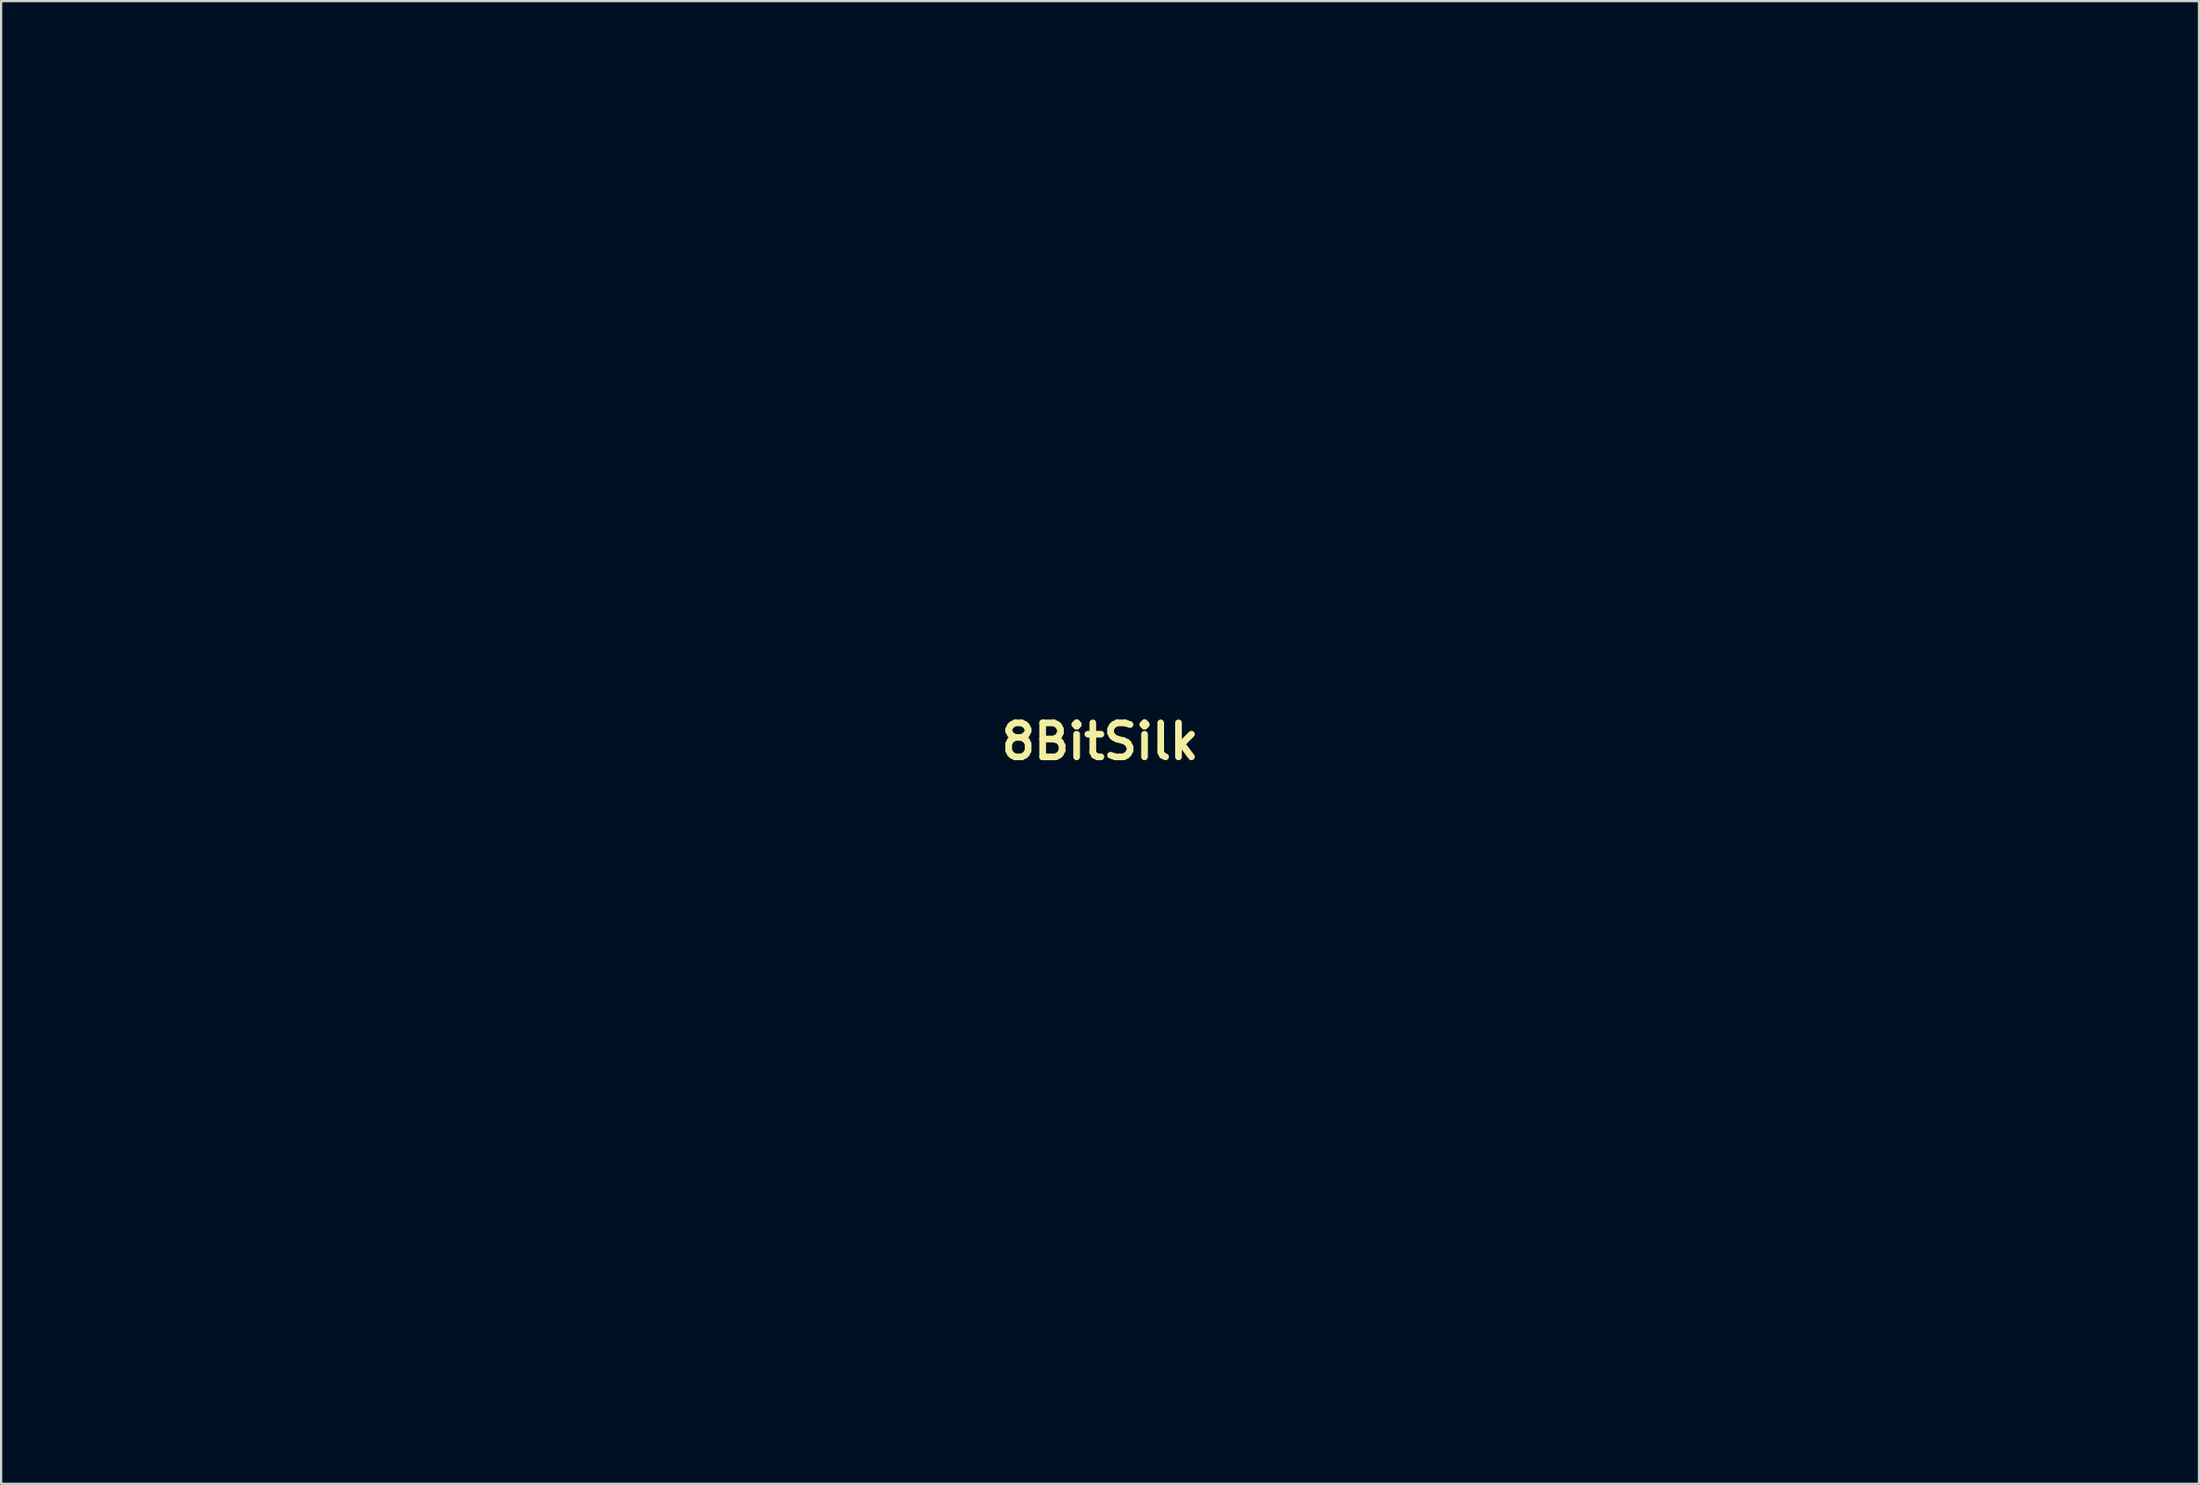
<source format=kicad_pcb>
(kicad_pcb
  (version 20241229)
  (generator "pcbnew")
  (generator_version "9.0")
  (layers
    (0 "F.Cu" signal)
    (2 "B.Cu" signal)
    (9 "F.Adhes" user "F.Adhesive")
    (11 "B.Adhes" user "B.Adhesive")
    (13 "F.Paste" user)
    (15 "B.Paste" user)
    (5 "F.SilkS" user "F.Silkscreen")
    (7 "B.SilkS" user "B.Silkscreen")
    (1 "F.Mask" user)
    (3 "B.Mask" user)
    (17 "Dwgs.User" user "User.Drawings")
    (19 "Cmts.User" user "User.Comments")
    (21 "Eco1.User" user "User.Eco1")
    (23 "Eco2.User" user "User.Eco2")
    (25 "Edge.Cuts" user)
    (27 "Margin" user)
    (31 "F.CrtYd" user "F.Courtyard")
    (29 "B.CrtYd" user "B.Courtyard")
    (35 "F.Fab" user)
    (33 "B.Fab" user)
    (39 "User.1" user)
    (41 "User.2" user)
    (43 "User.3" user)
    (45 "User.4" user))
  (footprint "8BitSilk"
    (layer "F.Cu")
    (at 46.318 30.231)
    (property "Reference" "8BitSilk" (at 0 0 0) (layer "F.SilkS") (effects (font (size 1.524 1.524) (thickness 0.3))))
    (attr through_hole)
    (fp_poly (pts (xy -9.144 -13.25) (xy -9.186 -13.208) (xy -9.229 -13.25) (xy -9.186 -13.293) (xy -9.144 -13.25)) (stroke (width 0.01) (type solid)) (fill no) (layer "Eco1.User"))
    (fp_poly (pts (xy -15.85 -24.532) (xy -15.875 -23.834) (xy -17.272 -23.784) (xy -17.272 -25.231) (xy -15.826 -25.231) (xy -15.85 -24.532)) (stroke (width 0.01) (type solid)) (fill no) (layer "Eco1.User"))
    (fp_poly (pts (xy -3.979 -19.727) (xy -5.872 -19.727) (xy -5.461 -20.164) (xy -5.407 -25.231) (xy -3.979 -25.231) (xy -3.979 -19.727)) (stroke (width 0.01) (type solid)) (fill no) (layer "Eco1.User"))
    (fp_poly (pts (xy -38.891 -7.726) (xy -38.879 -7.552) (xy -38.891 -7.514) (xy -38.921 -7.504) (xy -38.933 -7.62) (xy -38.92 -7.74) (xy -38.891 -7.726)) (stroke (width 0.01) (type solid)) (fill no) (layer "Eco1.User"))
    (fp_poly (pts (xy -28.476 -6.576) (xy -28.466 -6.475) (xy -28.476 -6.463) (xy -28.527 -6.475) (xy -28.533 -6.519) (xy -28.502 -6.589) (xy -28.476 -6.576)) (stroke (width 0.01) (type solid)) (fill no) (layer "Eco1.User"))
    (fp_poly (pts (xy -11.628 -9.539) (xy -11.617 -9.439) (xy -11.628 -9.426) (xy -11.678 -9.438) (xy -11.684 -9.483) (xy -11.653 -9.552) (xy -11.628 -9.539)) (stroke (width 0.01) (type solid)) (fill no) (layer "Eco1.User"))
    (fp_poly (pts (xy -9.927 -30.125) (xy -9.525 -30.099) (xy -9.501 -29.358) (xy -9.476 -28.617) (xy -10.329 -28.617) (xy -10.329 -30.151) (xy -9.927 -30.125)) (stroke (width 0.01) (type solid)) (fill no) (layer "Eco1.User"))
    (fp_poly (pts (xy 35.293 17.493) (xy 35.279 17.542) (xy 35.242 17.574) (xy 35.228 17.491) (xy 35.244 17.381) (xy 35.272 17.38) (xy 35.293 17.493)) (stroke (width 0.01) (type solid)) (fill no) (layer "Eco1.User"))
    (fp_poly (pts (xy 35.532 29.069) (xy 35.542 29.169) (xy 35.532 29.182) (xy 35.481 29.17) (xy 35.475 29.125) (xy 35.506 29.056) (xy 35.532 29.069)) (stroke (width 0.01) (type solid)) (fill no) (layer "Eco1.User"))
    (fp_poly (pts (xy 40.373 -11.886) (xy 40.359 -11.837) (xy 40.322 -11.805) (xy 40.308 -11.889) (xy 40.324 -11.998) (xy 40.352 -12) (xy 40.373 -11.886)) (stroke (width 0.01) (type solid)) (fill no) (layer "Eco1.User"))
    (fp_poly (pts (xy -39.898 -1.903) (xy -39.983 -1.806) (xy -40.063 -1.778) (xy -40.097 -1.826) (xy -40.046 -1.907) (xy -39.942 -1.996) (xy -39.9 -1.997) (xy -39.898 -1.903)) (stroke (width 0.01) (type solid)) (fill no) (layer "Eco1.User"))
    (fp_poly (pts (xy -0.177 -19.456) (xy -0.187 -19.377) (xy -0.234 -19.313) (xy -0.289 -19.377) (xy -0.32 -19.502) (xy -0.305 -19.535) (xy -0.221 -19.549) (xy -0.177 -19.456)) (stroke (width 0.01) (type solid)) (fill no) (layer "Eco1.User"))
    (fp_poly (pts (xy 1.947 -19.727) (xy 0.055 -19.727) (xy 0.26 -19.946) (xy 0.466 -20.164) (xy 0.492 -22.697) (xy 0.519 -25.231) (xy 1.947 -25.231) (xy 1.947 -19.727)) (stroke (width 0.01) (type solid)) (fill no) (layer "Eco1.User"))
    (fp_poly (pts (xy 46.3 -10.691) (xy 46.313 -10.631) (xy 46.285 -10.508) (xy 46.211 -10.545) (xy 46.189 -10.577) (xy 46.2 -10.686) (xy 46.227 -10.709) (xy 46.3 -10.691)) (stroke (width 0.01) (type solid)) (fill no) (layer "Eco1.User"))
    (fp_poly (pts (xy -17.963 -19.426) (xy -17.968 -19.164) (xy -17.997 -18.838) (xy -18.068 -19.16) (xy -18.101 -19.378) (xy -18.095 -19.518) (xy -18.086 -19.534) (xy -18.004 -19.555) (xy -17.963 -19.426)) (stroke (width 0.01) (type solid)) (fill no) (layer "Eco1.User"))
    (fp_poly (pts (xy -13.268 -12.81) (xy -13.25 -12.785) (xy -13.229 -12.706) (xy -13.24 -12.7) (xy -13.318 -12.76) (xy -13.335 -12.785) (xy -13.357 -12.864) (xy -13.345 -12.869) (xy -13.268 -12.81)) (stroke (width 0.01) (type solid)) (fill no) (layer "Eco1.User"))
    (fp_poly (pts (xy -9.288 -13.487) (xy -9.271 -13.462) (xy -9.249 -13.383) (xy -9.261 -13.377) (xy -9.338 -13.437) (xy -9.356 -13.462) (xy -9.377 -13.541) (xy -9.366 -13.547) (xy -9.288 -13.487)) (stroke (width 0.01) (type solid)) (fill no) (layer "Eco1.User"))
    (fp_poly (pts (xy -9.034 -13.064) (xy -9.017 -13.039) (xy -8.995 -12.96) (xy -9.007 -12.954) (xy -9.084 -13.014) (xy -9.102 -13.039) (xy -9.123 -13.118) (xy -9.112 -13.123) (xy -9.034 -13.064)) (stroke (width 0.01) (type solid)) (fill no) (layer "Eco1.User"))
    (fp_poly (pts (xy -6.098 -19.494) (xy -6.096 -19.473) (xy -6.16 -19.391) (xy -6.181 -19.389) (xy -6.263 -19.453) (xy -6.265 -19.473) (xy -6.201 -19.556) (xy -6.181 -19.558) (xy -6.098 -19.494)) (stroke (width 0.01) (type solid)) (fill no) (layer "Eco1.User"))
    (fp_poly (pts (xy 9.508 16.417) (xy 9.53 16.483) (xy 9.406 16.507) (xy 9.351 16.507) (xy 9.191 16.498) (xy 9.182 16.464) (xy 9.258 16.414) (xy 9.424 16.368) (xy 9.508 16.417)) (stroke (width 0.01) (type solid)) (fill no) (layer "Eco1.User"))
    (fp_poly (pts (xy 17.683 -19.423) (xy 17.68 -19.164) (xy 17.653 -18.838) (xy 17.584 -19.164) (xy 17.551 -19.383) (xy 17.555 -19.523) (xy 17.563 -19.538) (xy 17.642 -19.555) (xy 17.683 -19.423)) (stroke (width 0.01) (type solid)) (fill no) (layer "Eco1.User"))
    (fp_poly (pts (xy 17.751 -17.464) (xy 17.768 -17.296) (xy 17.754 -17.21) (xy 17.727 -17.176) (xy 17.712 -17.288) (xy 17.712 -17.314) (xy 17.721 -17.459) (xy 17.747 -17.472) (xy 17.751 -17.464)) (stroke (width 0.01) (type solid)) (fill no) (layer "Eco1.User"))
    (fp_poly (pts (xy 23.609 -19.423) (xy 23.606 -19.164) (xy 23.579 -18.838) (xy 23.511 -19.164) (xy 23.478 -19.383) (xy 23.482 -19.523) (xy 23.49 -19.538) (xy 23.568 -19.555) (xy 23.609 -19.423)) (stroke (width 0.01) (type solid)) (fill no) (layer "Eco1.User"))
    (fp_poly (pts (xy 6.262 -19.912) (xy 6.265 -19.854) (xy 6.197 -19.745) (xy 6.128 -19.727) (xy 6.038 -19.75) (xy 6.086 -19.842) (xy 6.096 -19.854) (xy 6.197 -19.96) (xy 6.233 -19.981) (xy 6.262 -19.912)) (stroke (width 0.01) (type solid)) (fill no) (layer "Eco1.User"))
    (fp_poly (pts (xy -17.78 -16.91) (xy -17.663 -16.747) (xy -17.611 -16.647) (xy -17.611 -16.645) (xy -17.682 -16.604) (xy -17.78 -16.595) (xy -17.902 -16.633) (xy -17.947 -16.775) (xy -17.949 -16.86) (xy -17.949 -17.126) (xy -17.78 -16.91)) (stroke (width 0.01) (type solid)) (fill no) (layer "Eco1.User"))
    (fp_poly (pts (xy 13.716 -19.727) (xy 11.908 -19.727) (xy 12.105 -19.937) (xy 12.198 -20.055) (xy 12.261 -20.2) (xy 12.301 -20.41) (xy 12.329 -20.726) (xy 12.343 -20.995) (xy 12.384 -21.844) (xy 13.716 -21.844) (xy 13.716 -19.727)) (stroke (width 0.01) (type solid)) (fill no) (layer "Eco1.User"))
    (fp_poly (pts (xy -15.833 -20.993) (xy -15.83 -20.601) (xy -15.815 -20.338) (xy -15.782 -20.166) (xy -15.723 -20.046) (xy -15.629 -19.939) (xy -15.625 -19.935) (xy -15.417 -19.727) (xy -17.272 -19.727) (xy -17.272 -21.844) (xy -15.833 -21.844) (xy -15.833 -20.993)) (stroke (width 0.01) (type solid)) (fill no) (layer "Eco1.User"))
    (fp_poly (pts (xy -7.751 17.78) (xy -8.049 17.78) (xy -8.239 17.757) (xy -8.419 17.667) (xy -8.634 17.485) (xy -8.751 17.369) (xy -8.975 17.127) (xy -9.093 16.95) (xy -9.133 16.791) (xy -9.129 16.688) (xy -9.102 16.419) (xy -7.751 17.78)) (stroke (width 0.01) (type solid)) (fill no) (layer "Eco1.User"))
    (fp_poly (pts (xy 3.465 10.459) (xy 3.471 10.487) (xy 3.499 10.636) (xy 3.519 10.692) (xy 3.495 10.823) (xy 3.434 10.866) (xy 3.332 10.86) (xy 3.302 10.716) (xy 3.302 10.713) (xy 3.334 10.534) (xy 3.387 10.456) (xy 3.465 10.459)) (stroke (width 0.01) (type solid)) (fill no) (layer "Eco1.User"))
    (fp_poly (pts (xy 13.771 -24.581) (xy 13.742 -24.271) (xy 13.716 -24.036) (xy 13.697 -23.918) (xy 13.695 -23.913) (xy 13.607 -23.896) (xy 13.392 -23.87) (xy 13.093 -23.839) (xy 13.018 -23.832) (xy 12.361 -23.771) (xy 12.361 -25.231) (xy 13.826 -25.231) (xy 13.771 -24.581)) (stroke (width 0.01) (type solid)) (fill no) (layer "Eco1.User"))
    (fp_poly (pts (xy -38.765 -6.327) (xy -38.742 -6.265) (xy -38.683 -6.055) (xy -38.702 -5.932) (xy -38.766 -5.863) (xy -38.947 -5.754) (xy -39.039 -5.788) (xy -39.033 -5.958) (xy -39.011 -6.032) (xy -38.938 -6.26) (xy -38.885 -6.431) (xy -38.884 -6.435) (xy -38.837 -6.456) (xy -38.765 -6.327)) (stroke (width 0.01) (type solid)) (fill no) (layer "Eco1.User"))
    (fp_poly (pts (xy -32.946 -18.185) (xy -32.936 -18.161) (xy -32.862 -17.985) (xy -32.753 -17.729) (xy -32.693 -17.59) (xy -32.518 -17.187) (xy -33.38 -17.187) (xy -33.33 -17.437) (xy -33.262 -17.683) (xy -33.16 -17.965) (xy -33.142 -18.008) (xy -33.052 -18.201) (xy -32.995 -18.254) (xy -32.946 -18.185)) (stroke (width 0.01) (type solid)) (fill no) (layer "Eco1.User"))
    (fp_poly (pts (xy -1.613 19.484) (xy -1.611 19.612) (xy -1.638 19.768) (xy -1.708 19.947) (xy -1.797 20.11) (xy -1.88 20.216) (xy -1.935 20.225) (xy -1.945 20.181) (xy -1.913 20.051) (xy -1.831 19.833) (xy -1.78 19.715) (xy -1.679 19.499) (xy -1.63 19.426) (xy -1.613 19.484)) (stroke (width 0.01) (type solid)) (fill no) (layer "Eco1.User"))
    (fp_poly (pts (xy 0.65 18.737) (xy 0.926 19.105) (xy 1.043 19.448) (xy 0.999 19.759) (xy 0.842 19.986) (xy 0.704 20.115) (xy 0.618 20.13) (xy 0.516 20.034) (xy 0.488 20.003) (xy 0.408 19.825) (xy 0.351 19.5) (xy 0.321 19.102) (xy 0.283 18.349) (xy 0.65 18.737)) (stroke (width 0.01) (type solid)) (fill no) (layer "Eco1.User"))
    (fp_poly (pts (xy 19.727 -21.484) (xy 19.72 -21.223) (xy 19.702 -20.865) (xy 19.676 -20.48) (xy 19.672 -20.426) (xy 19.618 -19.727) (xy 18.482 -19.727) (xy 18.427 -20.375) (xy 18.4 -20.759) (xy 18.38 -21.141) (xy 18.373 -21.433) (xy 18.373 -21.844) (xy 19.727 -21.844) (xy 19.727 -21.484)) (stroke (width 0.01) (type solid)) (fill no) (layer "Eco1.User"))
    (fp_poly (pts (xy -38.406 -14.626) (xy -38.058 -14.568) (xy -37.884 -14.529) (xy -37.837 -14.507) (xy -37.93 -14.496) (xy -38.177 -14.489) (xy -38.241 -14.488) (xy -38.541 -14.475) (xy -38.785 -14.45) (xy -38.897 -14.427) (xy -39.011 -14.434) (xy -39.031 -14.511) (xy -38.955 -14.605) (xy -38.739 -14.643) (xy -38.406 -14.626)) (stroke (width 0.01) (type solid)) (fill no) (layer "Eco1.User"))
    (fp_poly (pts (xy 9.88 1.618) (xy 9.944 1.673) (xy 9.917 1.813) (xy 9.908 1.841) (xy 9.822 2.111) (xy 9.774 2.246) (xy 9.752 2.275) (xy 9.744 2.224) (xy 9.743 2.214) (xy 9.692 2.072) (xy 9.577 1.877) (xy 9.562 1.855) (xy 9.386 1.609) (xy 9.684 1.609) (xy 9.88 1.618)) (stroke (width 0.01) (type solid)) (fill no) (layer "Eco1.User"))
    (fp_poly (pts (xy 20.47 -16.662) (xy 20.489 -16.616) (xy 20.419 -16.555) (xy 20.248 -16.462) (xy 20.033 -16.363) (xy 19.833 -16.286) (xy 19.708 -16.256) (xy 19.68 -16.319) (xy 19.697 -16.383) (xy 19.811 -16.478) (xy 19.985 -16.51) (xy 20.178 -16.537) (xy 20.278 -16.595) (xy 20.376 -16.671) (xy 20.47 -16.662)) (stroke (width 0.01) (type solid)) (fill no) (layer "Eco1.User"))
    (fp_poly (pts (xy 17.018 2.836) (xy 17.012 3.182) (xy 16.995 3.452) (xy 16.971 3.611) (xy 16.954 3.638) (xy 16.855 3.585) (xy 16.691 3.459) (xy 16.658 3.43) (xy 16.535 3.306) (xy 16.465 3.172) (xy 16.433 2.977) (xy 16.425 2.67) (xy 16.425 2.629) (xy 16.425 2.032) (xy 17.018 2.032) (xy 17.018 2.836)) (stroke (width 0.01) (type solid)) (fill no) (layer "Eco1.User"))
    (fp_poly (pts (xy 27.373 -24.97) (xy 27.623 -24.738) (xy 27.768 -24.568) (xy 27.836 -24.417) (xy 27.855 -24.241) (xy 27.855 -24.208) (xy 27.855 -23.876) (xy 24.299 -23.876) (xy 24.299 -25.291) (xy 24.871 -25.345) (xy 25.246 -25.371) (xy 25.697 -25.391) (xy 26.133 -25.399) (xy 26.166 -25.399) (xy 26.89 -25.4) (xy 27.373 -24.97)) (stroke (width 0.01) (type solid)) (fill no) (layer "Eco1.User"))
    (fp_poly (pts (xy 1.355 11.209) (xy 1.353 11.645) (xy 1.349 12.013) (xy 1.343 12.285) (xy 1.335 12.43) (xy 1.332 12.446) (xy 1.266 12.39) (xy 1.107 12.237) (xy 0.88 12.013) (xy 0.654 11.788) (xy -0.000052 11.13) (xy 0.304 10.966) (xy 0.527 10.812) (xy 0.79 10.583) (xy 0.982 10.387) (xy 1.355 9.972) (xy 1.355 11.209)) (stroke (width 0.01) (type solid)) (fill no) (layer "Eco1.User"))
    (fp_poly (pts (xy -35.906 -7.371) (xy -35.899 -7.314) (xy -35.862 -7.155) (xy -35.772 -6.943) (xy -35.765 -6.931) (xy -35.675 -6.743) (xy -35.679 -6.65) (xy -35.794 -6.593) (xy -35.877 -6.566) (xy -35.982 -6.544) (xy -36.039 -6.583) (xy -36.063 -6.717) (xy -36.068 -6.981) (xy -36.068 -7.027) (xy -36.056 -7.321) (xy -36.021 -7.476) (xy -35.983 -7.493) (xy -35.906 -7.371)) (stroke (width 0.01) (type solid)) (fill no) (layer "Eco1.User"))
    (fp_poly (pts (xy 9.985 13.556) (xy 10.147 13.571) (xy 10.154 13.598) (xy 10.118 13.609) (xy 9.948 13.687) (xy 9.725 13.83) (xy 9.647 13.889) (xy 9.416 14.042) (xy 9.259 14.066) (xy 9.224 14.05) (xy 9.156 13.986) (xy 9.208 13.971) (xy 9.333 13.911) (xy 9.49 13.768) (xy 9.498 13.758) (xy 9.706 13.597) (xy 9.976 13.556) (xy 9.985 13.556)) (stroke (width 0.01) (type solid)) (fill no) (layer "Eco1.User"))
    (fp_poly (pts (xy 21.864 -30.207) (xy 22.06 -30.17) (xy 22.107 -30.101) (xy 22.018 -30.017) (xy 21.961 -29.911) (xy 21.907 -29.696) (xy 21.887 -29.568) (xy 21.836 -29.157) (xy 21.794 -28.885) (xy 21.744 -28.724) (xy 21.672 -28.644) (xy 21.559 -28.618) (xy 21.389 -28.617) (xy 21.329 -28.617) (xy 20.906 -28.617) (xy 20.955 -30.184) (xy 21.526 -30.209) (xy 21.864 -30.207)) (stroke (width 0.01) (type solid)) (fill no) (layer "Eco1.User"))
    (fp_poly (pts (xy 32.571 16.09) (xy 33.112 16.101) (xy 33.524 16.118) (xy 33.793 16.141) (xy 33.907 16.169) (xy 33.909 16.171) (xy 33.848 16.204) (xy 33.621 16.229) (xy 33.233 16.246) (xy 32.688 16.255) (xy 32.31 16.256) (xy 30.659 16.256) (xy 30.633 16.579) (xy 30.607 16.901) (xy 30.288 16.494) (xy 29.969 16.087) (xy 31.913 16.087) (xy 32.571 16.09)) (stroke (width 0.01) (type solid)) (fill no) (layer "Eco1.User"))
    (fp_poly (pts (xy -7.157 14.928) (xy -6.61 14.944) (xy -6.56 15.325) (xy -6.514 15.653) (xy -6.471 15.871) (xy -6.42 16.038) (xy -6.393 16.108) (xy -6.363 16.231) (xy -6.427 16.236) (xy -6.589 16.119) (xy -6.854 15.877) (xy -7.093 15.64) (xy -7.348 15.378) (xy -7.551 15.16) (xy -7.676 15.014) (xy -7.705 14.968) (xy -7.628 14.942) (xy -7.426 14.928) (xy -7.157 14.928)) (stroke (width 0.01) (type solid)) (fill no) (layer "Eco1.User"))
    (fp_poly (pts (xy 40.269 -11.193) (xy 40.311 -11.093) (xy 40.425 -10.875) (xy 40.52 -10.745) (xy 40.6 -10.625) (xy 40.55 -10.531) (xy 40.515 -10.5) (xy 40.406 -10.356) (xy 40.386 -10.277) (xy 40.358 -10.163) (xy 40.289 -10.187) (xy 40.203 -10.328) (xy 40.148 -10.475) (xy 40.097 -10.74) (xy 40.134 -10.873) (xy 40.206 -11.021) (xy 40.222 -11.129) (xy 40.233 -11.235) (xy 40.269 -11.193)) (stroke (width 0.01) (type solid)) (fill no) (layer "Eco1.User"))
    (fp_poly (pts (xy 19.418 -25.227) (xy 19.645 -25.213) (xy 19.758 -25.184) (xy 19.788 -25.134) (xy 19.779 -25.097) (xy 19.752 -24.945) (xy 19.733 -24.685) (xy 19.727 -24.419) (xy 19.727 -23.876) (xy 18.373 -23.876) (xy 18.373 -24.419) (xy 18.365 -24.725) (xy 18.345 -24.974) (xy 18.321 -25.097) (xy 18.317 -25.16) (xy 18.382 -25.2) (xy 18.545 -25.221) (xy 18.834 -25.23) (xy 19.05 -25.231) (xy 19.418 -25.227)) (stroke (width 0.01) (type solid)) (fill no) (layer "Eco1.User"))
    (fp_poly (pts (xy -6.267 8.692) (xy -6.265 8.709) (xy -6.193 8.784) (xy -6.042 8.843) (xy -5.818 8.899) (xy -6.079 9.17) (xy -6.377 9.578) (xy -6.511 10.015) (xy -6.519 10.166) (xy -6.519 10.414) (xy -7.705 10.414) (xy -7.705 10.125) (xy -7.688 9.969) (xy -7.621 9.821) (xy -7.481 9.647) (xy -7.241 9.413) (xy -7.133 9.313) (xy -6.759 8.98) (xy -6.494 8.769) (xy -6.332 8.674) (xy -6.267 8.692)) (stroke (width 0.01) (type solid)) (fill no) (layer "Eco1.User"))
    (fp_poly (pts (xy -20.304 -1.846) (xy -20.095 -1.776) (xy -19.883 -1.62) (xy -19.827 -1.57) (xy -19.514 -1.194) (xy -19.35 -0.786) (xy -19.331 -0.374) (xy -19.454 0.013) (xy -19.714 0.349) (xy -20.102 0.601) (xy -20.546 0.739) (xy -20.955 0.723) (xy -21.234 0.621) (xy -21.595 0.356) (xy -21.842 -0.005) (xy -21.954 -0.425) (xy -21.929 -0.802) (xy -21.753 -1.26) (xy -21.464 -1.594) (xy -21.069 -1.796) (xy -20.595 -1.862) (xy -20.304 -1.846)) (stroke (width 0.01) (type solid)) (fill no) (layer "Eco1.User"))
    (fp_poly (pts (xy 7.873 -24.956) (xy 7.859 -24.601) (xy 7.822 -24.268) (xy 7.77 -23.997) (xy 7.71 -23.828) (xy 7.669 -23.791) (xy 7.567 -23.733) (xy 7.388 -23.581) (xy 7.165 -23.369) (xy 6.933 -23.131) (xy 6.725 -22.901) (xy 6.574 -22.713) (xy 6.533 -22.648) (xy 6.497 -22.623) (xy 6.471 -22.707) (xy 6.453 -22.913) (xy 6.442 -23.258) (xy 6.438 -23.754) (xy 6.437 -23.855) (xy 6.435 -25.231) (xy 7.874 -25.231) (xy 7.873 -24.956)) (stroke (width 0.01) (type solid)) (fill no) (layer "Eco1.User"))
    (fp_poly (pts (xy 15.432 -16.506) (xy 16.976 -16.503) (xy 15.274 -15.638) (xy 14.761 -15.374) (xy 14.281 -15.121) (xy 13.861 -14.893) (xy 13.529 -14.705) (xy 13.311 -14.571) (xy 13.263 -14.537) (xy 13.081 -14.406) (xy 12.97 -14.342) (xy 12.954 -14.344) (xy 12.985 -14.459) (xy 13.068 -14.689) (xy 13.188 -14.997) (xy 13.327 -15.342) (xy 13.469 -15.685) (xy 13.6 -15.988) (xy 13.703 -16.21) (xy 13.752 -16.3) (xy 13.889 -16.51) (xy 15.432 -16.506)) (stroke (width 0.01) (type solid)) (fill no) (layer "Eco1.User"))
    (fp_poly (pts (xy 0.825 23.931) (xy 1.015 24.079) (xy 1.249 24.171) (xy 1.435 24.226) (xy 1.523 24.284) (xy 1.524 24.289) (xy 1.468 24.377) (xy 1.325 24.539) (xy 1.203 24.663) (xy 0.989 24.853) (xy 0.803 24.945) (xy 0.563 24.975) (xy 0.439 24.977) (xy -0.004 24.977) (xy 0.125 24.727) (xy 0.215 24.516) (xy 0.254 24.353) (xy 0.254 24.351) (xy 0.307 24.207) (xy 0.437 24.019) (xy 0.465 23.987) (xy 0.675 23.749) (xy 0.825 23.931)) (stroke (width 0.01) (type solid)) (fill no) (layer "Eco1.User"))
    (fp_poly (pts (xy 42.713 -21.12) (xy 42.792 -20.974) (xy 42.812 -20.934) (xy 42.915 -20.753) (xy 42.996 -20.661) (xy 43.005 -20.659) (xy 43.115 -20.601) (xy 43.263 -20.47) (xy 43.39 -20.325) (xy 43.434 -20.236) (xy 43.361 -20.172) (xy 43.183 -20.094) (xy 42.96 -20.025) (xy 42.752 -19.985) (xy 42.696 -19.982) (xy 42.578 -20.048) (xy 42.507 -20.143) (xy 42.469 -20.331) (xy 42.546 -20.545) (xy 42.638 -20.788) (xy 42.673 -20.997) (xy 42.681 -21.124) (xy 42.713 -21.12)) (stroke (width 0.01) (type solid)) (fill no) (layer "Eco1.User"))
    (fp_poly (pts (xy -12.923 -12.314) (xy -12.757 -12.041) (xy -12.575 -11.725) (xy -12.404 -11.408) (xy -12.226 -11.044) (xy -12.055 -10.667) (xy -11.903 -10.31) (xy -11.786 -10.005) (xy -11.716 -9.785) (xy -11.709 -9.684) (xy -11.709 -9.683) (xy -11.755 -9.734) (xy -11.835 -9.903) (xy -11.894 -10.052) (xy -11.989 -10.28) (xy -12.143 -10.616) (xy -12.336 -11.017) (xy -12.547 -11.44) (xy -12.582 -11.509) (xy -12.806 -11.954) (xy -12.952 -12.259) (xy -13.02 -12.422) (xy -13.01 -12.441) (xy -12.923 -12.314)) (stroke (width 0.01) (type solid)) (fill no) (layer "Eco1.User"))
    (fp_poly (pts (xy -9.906 -23.029) (xy -9.906 -22.363) (xy -9.909 -21.846) (xy -9.914 -21.461) (xy -9.925 -21.188) (xy -9.941 -21.007) (xy -9.965 -20.9) (xy -9.999 -20.847) (xy -10.043 -20.83) (xy -10.075 -20.828) (xy -10.161 -20.843) (xy -10.212 -20.91) (xy -10.237 -21.065) (xy -10.244 -21.343) (xy -10.245 -21.474) (xy -10.267 -22.004) (xy -10.347 -22.421) (xy -10.502 -22.777) (xy -10.753 -23.125) (xy -10.897 -23.288) (xy -11.345 -23.772) (xy -11.345 -25.231) (xy -9.906 -25.231) (xy -9.906 -23.029)) (stroke (width 0.01) (type solid)) (fill no) (layer "Eco1.User"))
    (fp_poly (pts (xy -12.802 -5.297) (xy -12.786 -5.143) (xy -12.766 -4.89) (xy -12.753 -4.721) (xy -12.715 -4.119) (xy -12.688 -3.521) (xy -12.672 -2.952) (xy -12.668 -2.435) (xy -12.675 -1.995) (xy -12.694 -1.657) (xy -12.724 -1.443) (xy -12.756 -1.379) (xy -12.866 -1.392) (xy -12.883 -1.414) (xy -12.889 -1.514) (xy -12.892 -1.759) (xy -12.89 -2.127) (xy -12.886 -2.593) (xy -12.878 -3.134) (xy -12.869 -3.598) (xy -12.856 -4.245) (xy -12.845 -4.733) (xy -12.835 -5.072) (xy -12.826 -5.272) (xy -12.815 -5.344) (xy -12.802 -5.297)) (stroke (width 0.01) (type solid)) (fill no) (layer "Eco1.User"))
    (fp_poly (pts (xy -0.509 15.473) (xy -0.51 16.017) (xy -0.512 16.5) (xy -0.516 16.897) (xy -0.522 17.184) (xy -0.528 17.338) (xy -0.532 17.357) (xy -0.597 17.301) (xy -0.754 17.151) (xy -0.974 16.933) (xy -1.101 16.806) (xy -1.369 16.542) (xy -1.562 16.379) (xy -1.717 16.293) (xy -1.873 16.26) (xy -1.996 16.256) (xy -2.347 16.256) (xy -2.166 15.881) (xy -1.985 15.592) (xy -1.751 15.326) (xy -1.677 15.261) (xy -1.218 14.828) (xy -0.868 14.33) (xy -0.721 14.043) (xy -0.51 13.589) (xy -0.509 15.473)) (stroke (width 0.01) (type solid)) (fill no) (layer "Eco1.User"))
    (fp_poly (pts (xy -21.759 -19.567) (xy -21.357 -19.541) (xy -21.115 -19.518) (xy -21.002 -19.473) (xy -20.976 -19.38) (xy -20.983 -19.304) (xy -20.995 -19.146) (xy -21.012 -18.855) (xy -21.03 -18.467) (xy -21.048 -18.021) (xy -21.054 -17.843) (xy -21.098 -16.595) (xy -21.619 -16.608) (xy -21.955 -16.622) (xy -22.268 -16.642) (xy -22.428 -16.657) (xy -22.713 -16.755) (xy -22.958 -16.933) (xy -23.199 -17.174) (xy -23.199 -21.046) (xy -22.794 -21.445) (xy -22.548 -21.67) (xy -22.358 -21.793) (xy -22.173 -21.84) (xy -22.074 -21.844) (xy -21.759 -21.844) (xy -21.759 -19.567)) (stroke (width 0.01) (type solid)) (fill no) (layer "Eco1.User"))
    (fp_poly (pts (xy 4.559 -30.141) (xy 4.428 -29.878) (xy 4.354 -29.668) (xy 4.332 -29.407) (xy 4.356 -29.053) (xy 4.386 -28.732) (xy 4.403 -28.455) (xy 4.405 -28.3) (xy 4.395 -28.107) (xy 4.384 -27.824) (xy 4.377 -27.644) (xy 4.36 -27.178) (xy 3.673 -27.178) (xy 3.593 -27.877) (xy 3.561 -28.254) (xy 3.547 -28.611) (xy 3.554 -28.882) (xy 3.557 -28.914) (xy 3.567 -29.338) (xy 3.503 -29.767) (xy 3.431 -29.993) (xy 3.415 -30.071) (xy 3.47 -30.115) (xy 3.627 -30.136) (xy 3.918 -30.141) (xy 3.964 -30.141) (xy 4.559 -30.141)) (stroke (width 0.01) (type solid)) (fill no) (layer "Eco1.User"))
    (fp_poly (pts (xy 27.856 -21.357) (xy 27.875 -20.848) (xy 27.936 -20.468) (xy 28.049 -20.182) (xy 28.206 -19.969) (xy 28.364 -19.762) (xy 28.435 -19.54) (xy 28.448 -19.295) (xy 28.448 -18.881) (xy 28.112 -18.881) (xy 27.678 -18.821) (xy 27.347 -18.651) (xy 27.138 -18.38) (xy 27.103 -18.289) (xy 27.031 -17.916) (xy 27.013 -17.507) (xy 27.048 -17.139) (xy 27.091 -16.981) (xy 27.134 -16.825) (xy 27.072 -16.77) (xy 26.964 -16.764) (xy 26.755 -16.764) (xy 26.755 -19.727) (xy 24.299 -19.727) (xy 24.299 -21.844) (xy 27.855 -21.844) (xy 27.856 -21.357)) (stroke (width 0.01) (type solid)) (fill no) (layer "Eco1.User"))
    (fp_poly (pts (xy 33.612 19.221) (xy 34.065 19.226) (xy 34.389 19.237) (xy 34.604 19.254) (xy 34.73 19.279) (xy 34.788 19.314) (xy 34.798 19.346) (xy 34.777 19.39) (xy 34.701 19.423) (xy 34.55 19.446) (xy 34.301 19.461) (xy 33.936 19.469) (xy 33.432 19.473) (xy 33.115 19.473) (xy 32.522 19.471) (xy 32.077 19.464) (xy 31.757 19.451) (xy 31.542 19.43) (xy 31.408 19.398) (xy 31.336 19.356) (xy 31.327 19.346) (xy 31.308 19.304) (xy 31.343 19.272) (xy 31.452 19.249) (xy 31.654 19.234) (xy 31.968 19.225) (xy 32.413 19.22) (xy 33.008 19.219) (xy 33.01 19.219) (xy 33.612 19.221)) (stroke (width 0.01) (type solid)) (fill no) (layer "Eco1.User"))
    (fp_poly (pts (xy -11.819 -16.704) (xy -11.791 -16.462) (xy -11.772 -16.111) (xy -11.765 -15.722) (xy -11.758 -15.281) (xy -11.741 -14.867) (xy -11.717 -14.529) (xy -11.692 -14.33) (xy -11.652 -14.112) (xy -11.632 -13.986) (xy -11.632 -13.972) (xy -11.691 -14.03) (xy -11.845 -14.187) (xy -12.073 -14.421) (xy -12.351 -14.707) (xy -12.404 -14.761) (xy -12.759 -15.116) (xy -13.139 -15.477) (xy -13.496 -15.799) (xy -13.745 -16.008) (xy -14.324 -16.468) (xy -13.131 -16.491) (xy -12.66 -16.502) (xy -12.333 -16.514) (xy -12.123 -16.534) (xy -12.004 -16.564) (xy -11.951 -16.609) (xy -11.938 -16.673) (xy -11.938 -16.687) (xy -11.905 -16.802) (xy -11.853 -16.806) (xy -11.819 -16.704)) (stroke (width 0.01) (type solid)) (fill no) (layer "Eco1.User"))
    (fp_poly (pts (xy 7.684 -14.662) (xy 7.697 -14.471) (xy 7.704 -14.184) (xy 7.705 -14.082) (xy 7.7 -13.67) (xy 7.689 -13.21) (xy 7.671 -12.731) (xy 7.649 -12.264) (xy 7.624 -11.837) (xy 7.598 -11.481) (xy 7.573 -11.225) (xy 7.55 -11.1) (xy 7.543 -11.093) (xy 7.437 -11.134) (xy 7.366 -11.176) (xy 7.195 -11.234) (xy 6.96 -11.259) (xy 6.958 -11.259) (xy 6.771 -11.275) (xy 6.713 -11.337) (xy 6.731 -11.428) (xy 6.769 -11.561) (xy 6.844 -11.828) (xy 6.947 -12.2) (xy 7.071 -12.649) (xy 7.206 -13.14) (xy 7.34 -13.625) (xy 7.46 -14.052) (xy 7.56 -14.394) (xy 7.631 -14.626) (xy 7.666 -14.721) (xy 7.666 -14.722) (xy 7.684 -14.662)) (stroke (width 0.01) (type solid)) (fill no) (layer "Eco1.User"))
    (fp_poly (pts (xy 33.105 -21.84) (xy 33.575 -21.83) (xy 33.944 -21.814) (xy 34.189 -21.794) (xy 34.289 -21.769) (xy 34.29 -21.766) (xy 34.262 -21.657) (xy 34.188 -21.428) (xy 34.081 -21.114) (xy 33.954 -20.755) (xy 33.82 -20.387) (xy 33.694 -20.047) (xy 33.588 -19.775) (xy 33.523 -19.622) (xy 33.408 -19.456) (xy 33.287 -19.389) (xy 33.138 -19.334) (xy 32.962 -19.205) (xy 32.766 -19.02) (xy 32.766 -19.493) (xy 31.581 -19.46) (xy 30.395 -19.427) (xy 30.395 -19.662) (xy 30.419 -19.832) (xy 30.471 -19.897) (xy 30.57 -19.975) (xy 30.665 -20.185) (xy 30.745 -20.488) (xy 30.799 -20.847) (xy 30.819 -21.211) (xy 30.819 -21.844) (xy 32.554 -21.844) (xy 33.105 -21.84)) (stroke (width 0.01) (type solid)) (fill no) (layer "Eco1.User"))
    (fp_poly (pts (xy 2.782 5.271) (xy 2.94 5.464) (xy 3.153 5.674) (xy 3.196 5.711) (xy 3.471 5.942) (xy 3.471 7.035) (xy 3.469 7.49) (xy 3.459 7.801) (xy 3.438 7.993) (xy 3.404 8.094) (xy 3.354 8.127) (xy 3.34 8.128) (xy 3.085 8.196) (xy 2.752 8.394) (xy 2.358 8.711) (xy 2.183 8.872) (xy 1.957 9.079) (xy 1.786 9.219) (xy 1.699 9.269) (xy 1.693 9.263) (xy 1.721 9.146) (xy 1.793 8.928) (xy 1.854 8.763) (xy 1.964 8.422) (xy 2.087 7.957) (xy 2.213 7.413) (xy 2.331 6.834) (xy 2.432 6.265) (xy 2.452 6.138) (xy 2.506 5.801) (xy 2.557 5.497) (xy 2.593 5.303) (xy 2.642 5.061) (xy 2.782 5.271)) (stroke (width 0.01) (type solid)) (fill no) (layer "Eco1.User"))
    (fp_poly (pts (xy 20.153 17.361) (xy 19.999 17.528) (xy 19.757 17.78) (xy 19.443 18.102) (xy 19.072 18.477) (xy 18.793 18.757) (xy 18.394 19.151) (xy 18.038 19.496) (xy 17.74 19.776) (xy 17.517 19.976) (xy 17.386 20.081) (xy 17.357 20.09) (xy 17.279 19.991) (xy 17.073 19.906) (xy 16.78 19.846) (xy 16.442 19.82) (xy 16.236 19.824) (xy 15.984 19.836) (xy 15.823 19.837) (xy 15.788 19.828) (xy 15.875 19.771) (xy 16.084 19.645) (xy 16.394 19.463) (xy 16.782 19.237) (xy 17.228 18.979) (xy 17.707 18.702) (xy 18.2 18.42) (xy 18.684 18.143) (xy 19.136 17.886) (xy 19.536 17.66) (xy 19.86 17.479) (xy 20.088 17.354) (xy 20.197 17.298) (xy 20.203 17.296) (xy 20.153 17.361)) (stroke (width 0.01) (type solid)) (fill no) (layer "Eco1.User"))
    (fp_poly (pts (xy 17.166 16.089) (xy 17.566 16.094) (xy 17.817 16.106) (xy 17.936 16.128) (xy 17.943 16.164) (xy 17.907 16.189) (xy 17.783 16.261) (xy 17.538 16.403) (xy 17.199 16.6) (xy 16.791 16.837) (xy 16.339 17.1) (xy 16.308 17.118) (xy 14.877 17.949) (xy 14.127 17.949) (xy 13.795 17.942) (xy 13.538 17.921) (xy 13.395 17.891) (xy 13.377 17.875) (xy 13.435 17.765) (xy 13.505 17.695) (xy 13.604 17.553) (xy 13.707 17.317) (xy 13.746 17.198) (xy 13.86 16.806) (xy 14.783 16.764) (xy 15.206 16.74) (xy 15.5 16.71) (xy 15.705 16.665) (xy 15.86 16.597) (xy 15.981 16.515) (xy 16.155 16.359) (xy 16.25 16.225) (xy 16.256 16.198) (xy 16.297 16.146) (xy 16.437 16.113) (xy 16.697 16.094) (xy 17.1 16.089) (xy 17.166 16.089)) (stroke (width 0.01) (type solid)) (fill no) (layer "Eco1.User"))
    (fp_poly (pts (xy 12.07 22.259) (xy 12.844 22.262) (xy 13.531 22.268) (xy 14.116 22.275) (xy 14.584 22.285) (xy 14.921 22.297) (xy 15.112 22.31) (xy 15.151 22.319) (xy 15.106 22.388) (xy 14.958 22.557) (xy 14.724 22.808) (xy 14.422 23.122) (xy 14.07 23.48) (xy 14.009 23.54) (xy 12.829 24.723) (xy 5.281 24.723) (xy 5.038 24.469) (xy 4.896 24.308) (xy 4.872 24.232) (xy 4.941 24.215) (xy 5.131 24.172) (xy 5.373 24.067) (xy 5.589 23.939) (xy 5.694 23.843) (xy 5.787 23.822) (xy 5.906 23.933) (xy 6.089 24.062) (xy 6.385 24.168) (xy 6.738 24.24) (xy 7.09 24.265) (xy 7.304 24.248) (xy 7.755 24.134) (xy 8.082 23.95) (xy 8.306 23.672) (xy 8.447 23.276) (xy 8.518 22.82) (xy 8.575 22.267) (xy 10.32 22.261) (xy 11.224 22.258) (xy 12.07 22.259)) (stroke (width 0.01) (type solid)) (fill no) (layer "Eco1.User"))
    (fp_poly (pts (xy 4.624 15.019) (xy 4.855 15.242) (xy 5.044 15.409) (xy 5.158 15.49) (xy 5.17 15.494) (xy 5.242 15.565) (xy 5.348 15.745) (xy 5.411 15.878) (xy 5.603 16.177) (xy 5.888 16.395) (xy 6.289 16.545) (xy 6.829 16.637) (xy 6.929 16.647) (xy 7.534 16.704) (xy 6.952 17.316) (xy 6.636 17.666) (xy 6.422 17.962) (xy 6.286 18.259) (xy 6.204 18.609) (xy 6.154 19.067) (xy 6.147 19.155) (xy 6.107 19.533) (xy 6.048 19.783) (xy 5.96 19.945) (xy 5.928 19.98) (xy 5.787 20.112) (xy 5.7 20.131) (xy 5.597 20.039) (xy 5.559 19.996) (xy 5.468 19.821) (xy 5.424 19.531) (xy 5.418 19.297) (xy 5.409 18.828) (xy 5.37 18.479) (xy 5.284 18.201) (xy 5.132 17.944) (xy 4.895 17.66) (xy 4.728 17.481) (xy 4.149 16.871) (xy 4.149 14.544) (xy 4.624 15.019)) (stroke (width 0.01) (type solid)) (fill no) (layer "Eco1.User"))
    (fp_poly (pts (xy 12.462 4.287) (xy 12.394 4.576) (xy 12.307 4.911) (xy 12.041 5.744) (xy 11.678 6.646) (xy 11.239 7.569) (xy 10.748 8.463) (xy 10.332 9.126) (xy 10.12 9.439) (xy 9.942 9.692) (xy 9.819 9.857) (xy 9.774 9.906) (xy 9.753 9.829) (xy 9.74 9.632) (xy 9.737 9.44) (xy 9.728 9.167) (xy 9.693 9.025) (xy 9.62 8.976) (xy 9.588 8.973) (xy 9.501 8.95) (xy 9.537 8.91) (xy 9.633 8.772) (xy 9.722 8.516) (xy 9.788 8.194) (xy 9.82 7.859) (xy 9.821 7.799) (xy 9.828 7.638) (xy 9.861 7.5) (xy 9.94 7.354) (xy 10.084 7.171) (xy 10.313 6.922) (xy 10.568 6.656) (xy 10.993 6.209) (xy 11.323 5.841) (xy 11.588 5.512) (xy 11.817 5.187) (xy 12.038 4.827) (xy 12.182 4.572) (xy 12.339 4.298) (xy 12.437 4.155) (xy 12.477 4.149) (xy 12.462 4.287)) (stroke (width 0.01) (type solid)) (fill no) (layer "Eco1.User"))
    (fp_poly (pts (xy 13.658 7.068) (xy 13.669 7.25) (xy 13.684 7.553) (xy 13.699 7.954) (xy 13.713 8.382) (xy 13.758 9.864) (xy 14.161 9.889) (xy 14.402 9.911) (xy 14.512 9.953) (xy 14.53 10.043) (xy 14.51 10.143) (xy 14.47 10.309) (xy 14.397 10.6) (xy 14.302 10.978) (xy 14.193 11.406) (xy 14.171 11.492) (xy 14.067 11.904) (xy 13.98 12.254) (xy 13.917 12.512) (xy 13.887 12.646) (xy 13.885 12.656) (xy 13.848 12.697) (xy 13.729 12.637) (xy 13.515 12.468) (xy 13.293 12.272) (xy 12.812 11.914) (xy 12.301 11.698) (xy 11.714 11.605) (xy 11.489 11.599) (xy 10.987 11.599) (xy 11.229 11.284) (xy 11.677 10.663) (xy 12.146 9.939) (xy 12.603 9.169) (xy 13.013 8.409) (xy 13.088 8.26) (xy 13.284 7.859) (xy 13.451 7.504) (xy 13.575 7.228) (xy 13.642 7.06) (xy 13.649 7.032) (xy 13.658 7.068)) (stroke (width 0.01) (type solid)) (fill no) (layer "Eco1.User"))
    (fp_poly (pts (xy 46.257 -20.241) (xy 46.275 -20.114) (xy 46.288 -19.9) (xy 46.296 -19.582) (xy 46.302 -19.147) (xy 46.306 -18.578) (xy 46.308 -17.861) (xy 46.308 -17.59) (xy 46.308 -16.913) (xy 46.307 -16.294) (xy 46.304 -15.751) (xy 46.3 -15.305) (xy 46.295 -14.974) (xy 46.289 -14.778) (xy 46.283 -14.732) (xy 46.213 -14.788) (xy 46.127 -14.88) (xy 45.998 -15.069) (xy 45.946 -15.18) (xy 45.822 -15.323) (xy 45.588 -15.455) (xy 45.305 -15.549) (xy 45.067 -15.579) (xy 44.831 -15.58) (xy 45.085 -15.746) (xy 45.318 -15.938) (xy 45.508 -16.157) (xy 45.685 -16.411) (xy 45.847 -16.643) (xy 45.907 -16.741) (xy 45.951 -16.859) (xy 45.982 -17.022) (xy 46.002 -17.257) (xy 46.015 -17.59) (xy 46.021 -18.047) (xy 46.024 -18.47) (xy 46.029 -19.05) (xy 46.039 -19.484) (xy 46.057 -19.798) (xy 46.083 -20.015) (xy 46.12 -20.159) (xy 46.168 -20.252) (xy 46.204 -20.294) (xy 46.234 -20.296) (xy 46.257 -20.241)) (stroke (width 0.01) (type solid)) (fill no) (layer "Eco1.User"))
    (fp_poly (pts (xy 5.417 -5.829) (xy 5.427 -5.673) (xy 5.436 -5.445) (xy 5.448 -5.094) (xy 5.459 -4.662) (xy 5.469 -4.195) (xy 5.471 -4.106) (xy 5.479 -3.653) (xy 5.488 -3.24) (xy 5.496 -2.908) (xy 5.501 -2.696) (xy 5.502 -2.667) (xy 5.503 -2.429) (xy 5.494 -2.118) (xy 5.487 -1.975) (xy 5.486 -1.684) (xy 5.536 -1.492) (xy 5.651 -1.335) (xy 5.842 -1.132) (xy 5.588 -0.945) (xy 5.419 -0.775) (xy 5.336 -0.603) (xy 5.334 -0.581) (xy 5.317 -0.478) (xy 5.256 -0.35) (xy 5.134 -0.177) (xy 4.934 0.067) (xy 4.64 0.402) (xy 4.518 0.538) (xy 4.318 0.751) (xy 4.204 0.843) (xy 4.155 0.828) (xy 4.149 0.775) (xy 4.165 0.533) (xy 4.211 0.15) (xy 4.283 -0.347) (xy 4.374 -0.932) (xy 4.482 -1.58) (xy 4.601 -2.263) (xy 4.727 -2.958) (xy 4.854 -3.637) (xy 4.979 -4.275) (xy 5.097 -4.846) (xy 5.203 -5.324) (xy 5.292 -5.684) (xy 5.325 -5.8) (xy 5.374 -5.945) (xy 5.4 -5.96) (xy 5.417 -5.829)) (stroke (width 0.01) (type solid)) (fill no) (layer "Eco1.User"))
    (fp_poly (pts (xy -8.877 -12.785) (xy -8.729 -12.597) (xy -8.492 -12.275) (xy -8.167 -11.822) (xy -7.919 -11.472) (xy -7.508 -10.878) (xy -7.16 -10.349) (xy -6.871 -9.862) (xy -6.634 -9.397) (xy -6.445 -8.932) (xy -6.299 -8.447) (xy -6.189 -7.92) (xy -6.112 -7.33) (xy -6.061 -6.656) (xy -6.03 -5.877) (xy -6.016 -4.972) (xy -6.012 -3.919) (xy -6.012 -3.885) (xy -6.011 -1.208) (xy -6.363 -1.16) (xy -6.652 -1.087) (xy -6.911 -0.966) (xy -6.947 -0.942) (xy -7.179 -0.77) (xy -7.228 -1.083) (xy -7.241 -1.237) (xy -7.257 -1.539) (xy -7.275 -1.969) (xy -7.295 -2.507) (xy -7.317 -3.132) (xy -7.338 -3.825) (xy -7.358 -4.563) (xy -7.362 -4.699) (xy -7.394 -5.844) (xy -7.427 -6.836) (xy -7.464 -7.693) (xy -7.51 -8.431) (xy -7.565 -9.067) (xy -7.635 -9.618) (xy -7.721 -10.101) (xy -7.827 -10.533) (xy -7.956 -10.929) (xy -8.11 -11.309) (xy -8.293 -11.687) (xy -8.508 -12.081) (xy -8.758 -12.508) (xy -8.771 -12.531) (xy -8.899 -12.754) (xy -8.934 -12.838) (xy -8.877 -12.785)) (stroke (width 0.01) (type solid)) (fill no) (layer "Eco1.User"))
    (fp_poly (pts (xy 11.085 -16.504) (xy 11.374 -16.489) (xy 11.555 -16.466) (xy 11.599 -16.447) (xy 11.571 -16.343) (xy 11.496 -16.122) (xy 11.389 -15.825) (xy 11.345 -15.706) (xy 10.976 -14.611) (xy 10.647 -13.412) (xy 10.37 -12.171) (xy 10.162 -10.951) (xy 10.064 -10.148) (xy 10.035 -9.822) (xy 10.015 -9.516) (xy 10.006 -9.204) (xy 10.007 -8.859) (xy 10.02 -8.456) (xy 10.044 -7.968) (xy 10.081 -7.371) (xy 10.131 -6.637) (xy 10.146 -6.422) (xy 10.194 -5.694) (xy 10.237 -4.955) (xy 10.274 -4.238) (xy 10.303 -3.58) (xy 10.323 -3.014) (xy 10.331 -2.577) (xy 10.331 -2.519) (xy 10.329 -1.27) (xy 9.383 -1.27) (xy 9.421 -4.889) (xy 9.434 -5.879) (xy 9.448 -6.714) (xy 9.464 -7.411) (xy 9.484 -7.986) (xy 9.507 -8.453) (xy 9.535 -8.828) (xy 9.567 -9.127) (xy 9.591 -9.287) (xy 9.634 -9.606) (xy 9.671 -10.037) (xy 9.704 -10.592) (xy 9.733 -11.281) (xy 9.758 -12.116) (xy 9.781 -13.107) (xy 9.784 -13.288) (xy 9.846 -16.51) (xy 10.723 -16.51) (xy 11.085 -16.504)) (stroke (width 0.01) (type solid)) (fill no) (layer "Eco1.User"))
    (fp_poly (pts (xy -23.453 -26.598) (xy -23.673 -26.424) (xy -23.894 -26.251) (xy -23.589 -25.836) (xy -23.32 -25.542) (xy -23.004 -25.354) (xy -22.602 -25.256) (xy -22.142 -25.231) (xy -21.752 -25.231) (xy -21.777 -24.532) (xy -21.802 -23.834) (xy -22.575 -23.809) (xy -23.347 -23.785) (xy -24.331 -22.892) (xy -25.315 -21.999) (xy -25.315 -19.572) (xy -25.315 -17.145) (xy -28.25 -17.145) (xy -28.555 -16.912) (xy -28.758 -16.778) (xy -28.962 -16.708) (xy -29.235 -16.682) (xy -29.404 -16.679) (xy -29.948 -16.679) (xy -31.369 -20.045) (xy -31.785 -21.031) (xy -32.203 -22.023) (xy -32.617 -23.01) (xy -33.023 -23.977) (xy -33.415 -24.913) (xy -33.788 -25.804) (xy -34.135 -26.637) (xy -34.453 -27.4) (xy -34.735 -28.08) (xy -34.976 -28.663) (xy -35.171 -29.137) (xy -35.314 -29.489) (xy -35.4 -29.706) (xy -35.423 -29.768) (xy -35.478 -29.944) (xy -31.476 -30) (xy -30.577 -30.012) (xy -29.655 -30.023) (xy -28.738 -30.033) (xy -27.856 -30.042) (xy -27.04 -30.049) (xy -26.318 -30.054) (xy -25.72 -30.056) (xy -25.463 -30.057) (xy -23.453 -30.057) (xy -23.453 -26.598)) (stroke (width 0.01) (type solid)) (fill no) (layer "Eco1.User"))
    (fp_poly (pts (xy -37.21 26.54) (xy -37.075 26.693) (xy -37.06 26.714) (xy -36.971 26.852) (xy -36.959 26.967) (xy -37.027 27.126) (xy -37.096 27.248) (xy -37.284 27.574) (xy -37.015 27.973) (xy -36.864 28.229) (xy -36.767 28.461) (xy -36.745 28.569) (xy -36.682 28.748) (xy -36.488 28.873) (xy -36.281 28.994) (xy -36.148 29.134) (xy -36.035 29.243) (xy -35.839 29.245) (xy -35.818 29.24) (xy -35.561 29.24) (xy -35.311 29.306) (xy -35.159 29.387) (xy -35.082 29.492) (xy -35.055 29.676) (xy -35.052 29.866) (xy -35.052 30.311) (xy -37.347 30.311) (xy -38.047 30.309) (xy -38.594 30.305) (xy -39.003 30.296) (xy -39.293 30.283) (xy -39.478 30.264) (xy -39.575 30.238) (xy -39.601 30.205) (xy -39.599 30.198) (xy -39.569 30.061) (xy -39.531 29.81) (xy -39.494 29.5) (xy -39.444 29.143) (xy -39.376 28.803) (xy -39.316 28.586) (xy -39.257 28.33) (xy -39.215 27.983) (xy -39.201 27.642) (xy -39.201 27.027) (xy -38.925 26.98) (xy -38.691 26.94) (xy -38.37 26.886) (xy -38.116 26.844) (xy -37.815 26.778) (xy -37.571 26.696) (xy -37.453 26.628) (xy -37.319 26.522) (xy -37.21 26.54)) (stroke (width 0.01) (type solid)) (fill no) (layer "Eco1.User"))
    (fp_poly (pts (xy 5.995 -16.783) (xy 6.018 -16.719) (xy 6.026 -16.623) (xy 6.013 -16.481) (xy 5.978 -16.275) (xy 5.917 -15.992) (xy 5.826 -15.615) (xy 5.701 -15.13) (xy 5.54 -14.52) (xy 5.338 -13.771) (xy 5.213 -13.312) (xy 4.718 -11.466) (xy 4.273 -9.764) (xy 3.88 -8.208) (xy 3.539 -6.802) (xy 3.251 -5.551) (xy 3.094 -4.826) (xy 2.818 -3.514) (xy 2.768 -4.741) (xy 2.75 -5.192) (xy 2.727 -5.786) (xy 2.7 -6.501) (xy 2.67 -7.311) (xy 2.638 -8.191) (xy 2.604 -9.117) (xy 2.569 -10.064) (xy 2.535 -11.007) (xy 2.502 -11.922) (xy 2.471 -12.783) (xy 2.444 -13.567) (xy 2.42 -14.249) (xy 2.401 -14.803) (xy 2.394 -15.04) (xy 2.377 -15.569) (xy 2.37 -15.955) (xy 2.373 -16.226) (xy 2.389 -16.409) (xy 2.42 -16.53) (xy 2.468 -16.616) (xy 2.528 -16.686) (xy 2.709 -16.881) (xy 2.709 -16.695) (xy 2.714 -16.63) (xy 2.742 -16.582) (xy 2.818 -16.549) (xy 2.962 -16.528) (xy 3.2 -16.517) (xy 3.552 -16.511) (xy 4.042 -16.51) (xy 4.27 -16.51) (xy 5.831 -16.51) (xy 5.858 -16.743) (xy 5.886 -16.976) (xy 5.995 -16.783)) (stroke (width 0.01) (type solid)) (fill no) (layer "Eco1.User"))
    (fp_poly (pts (xy 40.299 -9.386) (xy 40.321 -9.195) (xy 40.413 -8.818) (xy 40.606 -8.55) (xy 40.899 -8.362) (xy 41.004 -8.307) (xy 41.038 -8.264) (xy 40.98 -8.221) (xy 40.81 -8.167) (xy 40.506 -8.092) (xy 40.3 -8.043) (xy 39.455 -7.843) (xy 39.455 -5.524) (xy 39.197 -5.417) (xy 38.981 -5.283) (xy 38.753 -5.078) (xy 38.689 -5.007) (xy 38.545 -4.851) (xy 38.454 -4.792) (xy 38.439 -4.81) (xy 38.482 -4.954) (xy 38.575 -5.124) (xy 38.647 -5.285) (xy 38.683 -5.514) (xy 38.686 -5.852) (xy 38.68 -6.015) (xy 38.649 -6.699) (xy 38.115 -7.202) (xy 37.843 -7.451) (xy 37.645 -7.601) (xy 37.482 -7.677) (xy 37.309 -7.703) (xy 37.232 -7.705) (xy 36.882 -7.705) (xy 37.168 -7.916) (xy 37.363 -8.072) (xy 37.498 -8.203) (xy 37.517 -8.228) (xy 37.605 -8.252) (xy 37.768 -8.141) (xy 37.856 -8.059) (xy 38.073 -7.889) (xy 38.287 -7.786) (xy 38.349 -7.774) (xy 38.86 -7.778) (xy 39.238 -7.877) (xy 39.494 -8.078) (xy 39.642 -8.387) (xy 39.675 -8.558) (xy 39.752 -8.887) (xy 39.875 -9.057) (xy 39.888 -9.065) (xy 40.043 -9.201) (xy 40.16 -9.37) (xy 40.231 -9.496) (xy 40.271 -9.508) (xy 40.299 -9.386)) (stroke (width 0.01) (type solid)) (fill no) (layer "Eco1.User"))
    (fp_poly (pts (xy 42.246 -18.102) (xy 42.242 -17.796) (xy 42.218 -17.614) (xy 42.158 -17.509) (xy 42.047 -17.436) (xy 42.023 -17.425) (xy 41.749 -17.242) (xy 41.57 -16.993) (xy 41.474 -16.647) (xy 41.444 -16.172) (xy 41.444 -16.166) (xy 41.442 -15.831) (xy 41.425 -15.626) (xy 41.383 -15.512) (xy 41.304 -15.45) (xy 41.212 -15.415) (xy 41.044 -15.329) (xy 40.979 -15.243) (xy 40.921 -15.148) (xy 40.766 -14.969) (xy 40.54 -14.735) (xy 40.383 -14.582) (xy 40.108 -14.315) (xy 39.931 -14.121) (xy 39.825 -13.957) (xy 39.766 -13.779) (xy 39.727 -13.545) (xy 39.716 -13.462) (xy 39.68 -13.207) (xy 39.651 -13.057) (xy 39.635 -13.043) (xy 39.635 -13.047) (xy 39.546 -13.179) (xy 39.321 -13.307) (xy 38.994 -13.418) (xy 38.599 -13.498) (xy 38.493 -13.512) (xy 37.997 -13.568) (xy 38.204 -13.748) (xy 38.381 -13.929) (xy 38.585 -14.171) (xy 38.657 -14.266) (xy 38.904 -14.605) (xy 38.947 -16.595) (xy 38.989 -18.584) (xy 39.184 -18.311) (xy 39.438 -18.075) (xy 39.763 -17.933) (xy 40.097 -17.908) (xy 40.244 -17.943) (xy 40.548 -17.979) (xy 40.758 -17.941) (xy 41.187 -17.905) (xy 41.591 -18.028) (xy 41.939 -18.3) (xy 41.985 -18.353) (xy 42.243 -18.669) (xy 42.246 -18.102)) (stroke (width 0.01) (type solid)) (fill no) (layer "Eco1.User"))
    (fp_poly (pts (xy -10.441 0.804) (xy -10.278 1.376) (xy -10.048 1.982) (xy -9.779 2.549) (xy -9.574 2.899) (xy -9.141 3.469) (xy -8.589 4.054) (xy -7.959 4.615) (xy -7.293 5.113) (xy -7.155 5.204) (xy -6.768 5.47) (xy -6.527 5.675) (xy -6.435 5.814) (xy -6.435 5.824) (xy -6.368 5.972) (xy -6.207 6.142) (xy -6.009 6.286) (xy -5.833 6.353) (xy -5.824 6.353) (xy -5.774 6.378) (xy -5.848 6.435) (xy -6.009 6.509) (xy -6.22 6.582) (xy -6.443 6.64) (xy -6.519 6.653) (xy -6.812 6.715) (xy -7.093 6.819) (xy -7.388 6.98) (xy -7.72 7.215) (xy -8.116 7.54) (xy -8.6 7.971) (xy -8.656 8.022) (xy -8.891 8.232) (xy -9.076 8.389) (xy -9.178 8.464) (xy -9.186 8.467) (xy -9.201 8.387) (xy -9.215 8.169) (xy -9.224 7.844) (xy -9.228 7.442) (xy -9.229 7.329) (xy -9.229 6.191) (xy -9.695 5.868) (xy -9.895 5.722) (xy -10.049 5.578) (xy -10.163 5.411) (xy -10.246 5.195) (xy -10.306 4.905) (xy -10.351 4.514) (xy -10.39 3.997) (xy -10.415 3.574) (xy -10.441 3.087) (xy -10.46 2.591) (xy -10.475 2.111) (xy -10.483 1.67) (xy -10.485 1.292) (xy -10.481 1) (xy -10.47 0.818) (xy -10.453 0.77) (xy -10.441 0.804)) (stroke (width 0.01) (type solid)) (fill no) (layer "Eco1.User"))
    (fp_poly (pts (xy 0.12 -16.737) (xy 0.175 -16.675) (xy 0.222 -16.608) (xy 0.261 -16.52) (xy 0.296 -16.398) (xy 0.326 -16.227) (xy 0.354 -15.993) (xy 0.38 -15.681) (xy 0.407 -15.276) (xy 0.435 -14.766) (xy 0.465 -14.134) (xy 0.5 -13.366) (xy 0.54 -12.449) (xy 0.555 -12.106) (xy 0.581 -11.46) (xy 0.609 -10.742) (xy 0.636 -9.97) (xy 0.663 -9.161) (xy 0.689 -8.333) (xy 0.714 -7.503) (xy 0.737 -6.687) (xy 0.758 -5.905) (xy 0.776 -5.173) (xy 0.791 -4.508) (xy 0.802 -3.929) (xy 0.809 -3.452) (xy 0.812 -3.094) (xy 0.81 -2.874) (xy 0.804 -2.808) (xy 0.775 -2.868) (xy 0.726 -3.053) (xy 0.679 -3.274) (xy 0.467 -4.286) (xy 0.214 -5.421) (xy -0.072 -6.637) (xy -0.381 -7.898) (xy -0.704 -9.163) (xy -1.031 -10.393) (xy -1.352 -11.548) (xy -1.366 -11.599) (xy -1.487 -12.017) (xy -1.637 -12.52) (xy -1.807 -13.084) (xy -1.989 -13.679) (xy -2.174 -14.279) (xy -2.354 -14.856) (xy -2.52 -15.383) (xy -2.663 -15.832) (xy -2.776 -16.176) (xy -2.85 -16.387) (xy -2.854 -16.398) (xy -2.84 -16.441) (xy -2.746 -16.471) (xy -2.553 -16.492) (xy -2.241 -16.504) (xy -1.79 -16.509) (xy -1.491 -16.51) (xy -0.085 -16.51) (xy -0.085 -16.958) (xy 0.12 -16.737)) (stroke (width 0.01) (type solid)) (fill no) (layer "Eco1.User"))
    (fp_poly (pts (xy -46.089 24.713) (xy -46.031 24.898) (xy -46.019 24.963) (xy -45.936 25.222) (xy -45.786 25.523) (xy -45.687 25.678) (xy -45.41 26.067) (xy -45.139 25.903) (xy -44.936 25.783) (xy -44.845 25.756) (xy -44.831 25.826) (xy -44.852 25.949) (xy -44.864 26.314) (xy -44.77 26.635) (xy -44.587 26.862) (xy -44.55 26.886) (xy -44.398 26.997) (xy -44.248 27.16) (xy -44.074 27.411) (xy -43.883 27.72) (xy -43.634 28.015) (xy -43.319 28.16) (xy -42.929 28.159) (xy -42.598 28.071) (xy -42.382 27.999) (xy -42.281 27.994) (xy -42.252 28.063) (xy -42.251 28.134) (xy -42.305 28.352) (xy -42.378 28.485) (xy -42.477 28.677) (xy -42.503 28.803) (xy -42.541 28.931) (xy -42.586 28.956) (xy -42.663 29.028) (xy -42.726 29.189) (xy -42.821 29.417) (xy -42.973 29.651) (xy -42.981 29.661) (xy -43.112 29.837) (xy -43.178 29.96) (xy -43.18 29.972) (xy -43.234 30.084) (xy -43.313 30.178) (xy -43.392 30.23) (xy -43.527 30.266) (xy -43.742 30.291) (xy -44.064 30.304) (xy -44.517 30.31) (xy -44.782 30.311) (xy -46.117 30.311) (xy -46.173 29.281) (xy -46.194 28.805) (xy -46.209 28.267) (xy -46.22 27.691) (xy -46.226 27.103) (xy -46.227 26.525) (xy -46.223 25.984) (xy -46.215 25.502) (xy -46.202 25.104) (xy -46.185 24.815) (xy -46.163 24.659) (xy -46.151 24.638) (xy -46.089 24.713)) (stroke (width 0.01) (type solid)) (fill no) (layer "Eco1.User"))
    (fp_poly (pts (xy -28.43 -3.272) (xy -28.424 -2.755) (xy -28.421 -2.29) (xy -28.422 -1.906) (xy -28.425 -1.633) (xy -28.432 -1.497) (xy -28.433 -1.494) (xy -28.489 -1.41) (xy -28.638 -1.367) (xy -28.918 -1.355) (xy -29.379 -1.355) (xy -29.379 1.258) (xy -29.654 1.399) (xy -29.938 1.513) (xy -30.226 1.584) (xy -30.47 1.635) (xy -30.658 1.699) (xy -30.665 1.702) (xy -30.878 1.772) (xy -31.026 1.703) (xy -31.135 1.48) (xy -31.146 1.444) (xy -31.32 1.086) (xy -31.594 0.863) (xy -31.976 0.767) (xy -32.106 0.762) (xy -32.524 0.762) (xy -32.353 0.523) (xy -32.21 0.22) (xy -32.126 -0.161) (xy -32.112 -0.545) (xy -32.175 -0.849) (xy -32.371 -1.118) (xy -32.676 -1.299) (xy -32.995 -1.362) (xy -33.081 -1.378) (xy -33.007 -1.417) (xy -32.778 -1.479) (xy -32.43 -1.6) (xy -32.152 -1.766) (xy -32.101 -1.812) (xy -31.989 -1.941) (xy -31.919 -2.084) (xy -31.878 -2.287) (xy -31.854 -2.596) (xy -31.847 -2.753) (xy -31.839 -3.134) (xy -31.855 -3.397) (xy -31.905 -3.592) (xy -31.986 -3.756) (xy -32.094 -4.006) (xy -32.081 -4.159) (xy -32.019 -4.337) (xy -32.005 -4.463) (xy -31.935 -4.648) (xy -31.827 -4.746) (xy -31.674 -4.792) (xy -31.558 -4.708) (xy -31.525 -4.663) (xy -31.312 -4.46) (xy -31.024 -4.302) (xy -30.746 -4.234) (xy -30.732 -4.233) (xy -30.513 -4.259) (xy -30.185 -4.325) (xy -29.799 -4.42) (xy -29.406 -4.529) (xy -29.056 -4.638) (xy -28.802 -4.736) (xy -28.769 -4.752) (xy -28.455 -4.911) (xy -28.43 -3.272)) (stroke (width 0.01) (type solid)) (fill no) (layer "Eco1.User"))
    (fp_poly (pts (xy 32.787 -30.226) (xy 33.74 -30.225) (xy 34.548 -30.223) (xy 35.222 -30.22) (xy 35.774 -30.216) (xy 36.216 -30.21) (xy 36.559 -30.201) (xy 36.816 -30.19) (xy 36.997 -30.177) (xy 37.116 -30.16) (xy 37.184 -30.14) (xy 37.213 -30.116) (xy 37.214 -30.087) (xy 37.211 -30.078) (xy 37.164 -29.95) (xy 37.073 -29.693) (xy 36.949 -29.336) (xy 36.803 -28.912) (xy 36.702 -28.617) (xy 36.548 -28.169) (xy 36.369 -27.651) (xy 36.174 -27.088) (xy 35.972 -26.507) (xy 35.77 -25.931) (xy 35.579 -25.387) (xy 35.408 -24.9) (xy 35.264 -24.495) (xy 35.157 -24.197) (xy 35.096 -24.031) (xy 35.093 -24.024) (xy 35.063 -23.978) (xy 35 -23.943) (xy 34.884 -23.917) (xy 34.697 -23.898) (xy 34.416 -23.886) (xy 34.024 -23.88) (xy 33.499 -23.877) (xy 32.926 -23.876) (xy 30.819 -23.876) (xy 30.819 -25.908) (xy 30.189 -25.908) (xy 29.851 -25.918) (xy 29.558 -25.944) (xy 29.37 -25.981) (xy 29.364 -25.984) (xy 29.217 -26.07) (xy 28.982 -26.24) (xy 28.696 -26.466) (xy 28.518 -26.616) (xy 27.868 -27.172) (xy 26.997 -27.196) (xy 26.125 -27.22) (xy 26.15 -27.625) (xy 26.152 -27.89) (xy 26.096 -28.067) (xy 25.954 -28.235) (xy 25.906 -28.281) (xy 25.714 -28.437) (xy 25.555 -28.525) (xy 25.518 -28.533) (xy 25.411 -28.581) (xy 25.4 -28.617) (xy 25.468 -28.694) (xy 25.518 -28.702) (xy 25.648 -28.756) (xy 25.836 -28.892) (xy 25.911 -28.959) (xy 26.063 -29.111) (xy 26.139 -29.244) (xy 26.157 -29.417) (xy 26.136 -29.693) (xy 26.133 -29.721) (xy 26.08 -30.226) (xy 31.676 -30.226) (xy 32.787 -30.226)) (stroke (width 0.01) (type solid)) (fill no) (layer "Eco1.User"))
    (fp_poly (pts (xy -6.673 -16.495) (xy -6.347 -16.491) (xy -4.953 -16.468) (xy -4.587 -15.409) (xy -4.294 -14.527) (xy -3.979 -13.515) (xy -3.648 -12.399) (xy -3.308 -11.206) (xy -2.966 -9.962) (xy -2.628 -8.692) (xy -2.303 -7.424) (xy -1.995 -6.182) (xy -1.713 -4.994) (xy -1.462 -3.884) (xy -1.251 -2.88) (xy -1.085 -2.007) (xy -1.067 -1.905) (xy -1 -1.499) (xy -0.929 -1.035) (xy -0.857 -0.541) (xy -0.788 -0.048) (xy -0.726 0.417) (xy -0.675 0.824) (xy -0.639 1.144) (xy -0.622 1.349) (xy -0.624 1.41) (xy -0.67 1.351) (xy -0.779 1.184) (xy -0.915 0.966) (xy -1.127 0.673) (xy -1.41 0.348) (xy -1.695 0.069) (xy -1.938 -0.154) (xy -2.129 -0.346) (xy -2.232 -0.47) (xy -2.239 -0.484) (xy -2.198 -0.596) (xy -2.02 -0.722) (xy -1.988 -0.738) (xy -1.679 -0.97) (xy -1.476 -1.296) (xy -1.379 -1.68) (xy -1.387 -2.084) (xy -1.5 -2.472) (xy -1.716 -2.806) (xy -2.03 -3.047) (xy -2.394 -3.167) (xy -2.81 -3.204) (xy -3.222 -3.162) (xy -3.574 -3.044) (xy -3.765 -2.912) (xy -3.809 -2.882) (xy -3.842 -2.905) (xy -3.866 -3.002) (xy -3.881 -3.192) (xy -3.89 -3.494) (xy -3.894 -3.928) (xy -3.895 -4.46) (xy -3.905 -5.591) (xy -3.939 -6.578) (xy -4.006 -7.449) (xy -4.113 -8.228) (xy -4.268 -8.942) (xy -4.48 -9.616) (xy -4.755 -10.276) (xy -5.103 -10.947) (xy -5.531 -11.656) (xy -6.047 -12.428) (xy -6.593 -13.197) (xy -6.888 -13.613) (xy -7.162 -14.01) (xy -7.393 -14.357) (xy -7.558 -14.621) (xy -7.618 -14.727) (xy -7.711 -14.97) (xy -7.791 -15.285) (xy -7.851 -15.631) (xy -7.888 -15.965) (xy -7.896 -16.245) (xy -7.869 -16.43) (xy -7.832 -16.479) (xy -7.72 -16.49) (xy -7.47 -16.496) (xy -7.11 -16.498) (xy -6.673 -16.495)) (stroke (width 0.01) (type solid)) (fill no) (layer "Eco1.User"))
    (fp_poly (pts (xy -11.176 17.91) (xy -10.264 18.819) (xy -9.351 19.729) (xy -8.083 19.811) (xy -7.635 19.84) (xy -7.245 19.865) (xy -6.947 19.883) (xy -6.771 19.893) (xy -6.739 19.895) (xy -6.726 19.948) (xy -6.791 20.045) (xy -6.906 20.228) (xy -7.011 20.469) (xy -7.015 20.481) (xy -7.053 20.686) (xy -7.082 21.019) (xy -7.1 21.439) (xy -7.108 21.905) (xy -7.105 22.375) (xy -7.092 22.809) (xy -7.067 23.165) (xy -7.034 23.389) (xy -6.96 23.707) (xy -8.602 23.707) (xy -11.038 21.365) (xy -13.474 19.023) (xy -12.729 18.274) (xy -11.984 17.526) (xy -12.744 16.758) (xy -13.173 16.329) (xy -13.508 16.008) (xy -13.772 15.779) (xy -13.985 15.627) (xy -14.17 15.536) (xy -14.35 15.49) (xy -14.546 15.475) (xy -14.555 15.475) (xy -14.734 15.466) (xy -14.879 15.437) (xy -15.02 15.367) (xy -15.188 15.235) (xy -15.414 15.023) (xy -15.72 14.718) (xy -16.464 13.97) (xy -18.931 13.97) (xy -19.244 13.649) (xy -19.462 13.403) (xy -19.548 13.237) (xy -19.509 13.133) (xy -19.447 13.099) (xy -19.354 12.992) (xy -19.256 12.774) (xy -19.175 12.5) (xy -19.128 12.228) (xy -19.125 12.182) (xy -19.108 12.14) (xy -19.075 12.244) (xy -19.045 12.398) (xy -18.97 12.695) (xy -18.864 12.955) (xy -18.816 13.033) (xy -18.524 13.303) (xy -18.142 13.472) (xy -17.713 13.542) (xy -17.275 13.514) (xy -16.87 13.389) (xy -16.538 13.168) (xy -16.376 12.966) (xy -16.288 12.839) (xy -16.177 12.759) (xy -15.999 12.71) (xy -15.71 12.674) (xy -15.596 12.664) (xy -15.119 12.599) (xy -14.77 12.497) (xy -14.506 12.34) (xy -14.359 12.201) (xy -14.292 12.137) (xy -14.207 12.09) (xy -14.078 12.059) (xy -13.88 12.039) (xy -13.587 12.028) (xy -13.172 12.023) (xy -12.687 12.023) (xy -11.176 12.023) (xy -11.176 17.91)) (stroke (width 0.01) (type solid)) (fill no) (layer "Eco1.User"))
    (fp_poly (pts (xy 37.758 11.188) (xy 38.047 11.204) (xy 38.188 11.233) (xy 38.196 11.238) (xy 38.206 11.362) (xy 38.075 11.565) (xy 38.074 11.566) (xy 37.889 11.82) (xy 37.728 12.087) (xy 37.728 12.088) (xy 37.594 12.274) (xy 37.368 12.514) (xy 37.095 12.763) (xy 37.04 12.808) (xy 36.495 13.25) (xy 36.493 14.457) (xy 36.488 14.886) (xy 36.476 15.247) (xy 36.459 15.51) (xy 36.437 15.646) (xy 36.428 15.657) (xy 36.343 15.603) (xy 36.155 15.46) (xy 35.891 15.249) (xy 35.578 14.99) (xy 35.53 14.95) (xy 34.696 14.249) (xy 33.676 14.194) (xy 33.322 14.18) (xy 32.832 14.167) (xy 32.238 14.156) (xy 31.573 14.147) (xy 30.87 14.142) (xy 30.161 14.139) (xy 30.065 14.139) (xy 29.327 14.137) (xy 28.562 14.131) (xy 27.808 14.123) (xy 27.107 14.111) (xy 26.495 14.098) (xy 26.014 14.083) (xy 26.01 14.083) (xy 24.545 14.028) (xy 24.863 13.703) (xy 25.063 13.519) (xy 25.232 13.401) (xy 25.301 13.377) (xy 25.571 13.3) (xy 25.83 13.092) (xy 26.051 12.791) (xy 26.203 12.437) (xy 26.257 12.127) (xy 26.274 12.09) (xy 26.309 12.198) (xy 26.356 12.428) (xy 26.37 12.51) (xy 26.425 12.811) (xy 26.473 13.039) (xy 26.505 13.15) (xy 26.508 13.153) (xy 26.693 13.241) (xy 26.995 13.313) (xy 27.364 13.362) (xy 27.702 13.377) (xy 28.199 13.334) (xy 28.612 13.211) (xy 28.914 13.02) (xy 29.053 12.833) (xy 29.178 12.689) (xy 29.41 12.594) (xy 29.77 12.544) (xy 30.165 12.532) (xy 30.549 12.479) (xy 30.877 12.338) (xy 31.096 12.134) (xy 31.098 12.131) (xy 31.232 12.064) (xy 31.53 12.028) (xy 31.785 12.023) (xy 32.589 11.97) (xy 33.49 11.817) (xy 34.459 11.57) (xy 34.671 11.505) (xy 35.03 11.398) (xy 35.341 11.322) (xy 35.651 11.27) (xy 36.007 11.235) (xy 36.456 11.211) (xy 36.815 11.197) (xy 37.341 11.186) (xy 37.758 11.188)) (stroke (width 0.01) (type solid)) (fill no) (layer "Eco1.User"))
    (fp_poly (pts (xy 44.828 6.938) (xy 45.302 6.944) (xy 45.713 6.951) (xy 46.033 6.959) (xy 46.233 6.968) (xy 46.289 6.975) (xy 46.292 7.062) (xy 46.295 7.305) (xy 46.297 7.693) (xy 46.299 8.213) (xy 46.3 8.854) (xy 46.3 9.601) (xy 46.3 10.444) (xy 46.298 11.37) (xy 46.297 12.366) (xy 46.294 13.421) (xy 46.292 14.189) (xy 46.288 15.272) (xy 46.283 16.303) (xy 46.277 17.269) (xy 46.27 18.158) (xy 46.263 18.959) (xy 46.255 19.659) (xy 46.247 20.246) (xy 46.238 20.709) (xy 46.229 21.035) (xy 46.22 21.212) (xy 46.214 21.241) (xy 46.113 21.12) (xy 45.918 20.959) (xy 45.774 20.86) (xy 45.509 20.653) (xy 45.358 20.451) (xy 45.341 20.403) (xy 45.254 20.192) (xy 45.108 19.96) (xy 45.091 19.937) (xy 44.889 19.685) (xy 43.379 19.64) (xy 42.779 19.628) (xy 42.133 19.626) (xy 41.504 19.631) (xy 40.952 19.646) (xy 40.732 19.655) (xy 40.198 19.69) (xy 39.803 19.737) (xy 39.519 19.809) (xy 39.315 19.918) (xy 39.163 20.075) (xy 39.031 20.292) (xy 39.001 20.351) (xy 38.88 20.564) (xy 38.812 20.618) (xy 38.801 20.517) (xy 38.854 20.266) (xy 38.859 20.245) (xy 38.896 20.03) (xy 38.929 19.689) (xy 38.954 19.269) (xy 38.97 18.812) (xy 38.971 18.749) (xy 38.989 17.599) (xy 39.243 17.644) (xy 39.572 17.685) (xy 40.031 17.716) (xy 40.585 17.739) (xy 41.194 17.751) (xy 41.821 17.752) (xy 42.428 17.742) (xy 42.977 17.72) (xy 43.053 17.716) (xy 43.583 17.679) (xy 43.977 17.64) (xy 44.264 17.595) (xy 44.479 17.537) (xy 44.652 17.463) (xy 44.662 17.458) (xy 45.016 17.205) (xy 45.261 16.87) (xy 45.407 16.43) (xy 45.464 15.865) (xy 45.466 15.733) (xy 45.407 15.118) (xy 45.233 14.624) (xy 44.945 14.254) (xy 44.547 14.01) (xy 44.042 13.895) (xy 43.832 13.886) (xy 43.511 13.885) (xy 43.578 13.568) (xy 43.611 13.317) (xy 43.63 12.974) (xy 43.631 12.647) (xy 43.616 12.044) (xy 44.008 11.99) (xy 44.534 11.872) (xy 44.93 11.671) (xy 45.208 11.371) (xy 45.38 10.957) (xy 45.458 10.414) (xy 45.466 10.131) (xy 45.451 9.716) (xy 45.412 9.362) (xy 45.353 9.122) (xy 45.351 9.116) (xy 45.106 8.742) (xy 44.734 8.458) (xy 44.26 8.277) (xy 43.708 8.213) (xy 43.706 8.213) (xy 43.342 8.213) (xy 43.367 7.57) (xy 43.392 6.927) (xy 44.828 6.938)) (stroke (width 0.01) (type solid)) (fill no) (layer "Eco1.User"))
    (fp_poly (pts (xy 18.217 22.63) (xy 18.365 22.832) (xy 18.448 23.003) (xy 18.454 23.039) (xy 18.501 23.19) (xy 18.616 23.405) (xy 18.67 23.488) (xy 18.806 23.76) (xy 18.791 23.977) (xy 18.617 24.162) (xy 18.455 24.258) (xy 18.284 24.363) (xy 18.203 24.444) (xy 18.202 24.45) (xy 18.16 24.567) (xy 18.121 24.637) (xy 18.053 24.694) (xy 17.95 24.655) (xy 17.778 24.507) (xy 17.738 24.469) (xy 17.546 24.3) (xy 17.375 24.212) (xy 17.152 24.179) (xy 16.939 24.175) (xy 16.442 24.175) (xy 15.693 24.891) (xy 15.387 25.19) (xy 15.117 25.469) (xy 14.911 25.694) (xy 14.804 25.831) (xy 14.635 26.011) (xy 14.452 26.108) (xy 14.248 26.241) (xy 14.154 26.41) (xy 14.015 26.627) (xy 13.809 26.792) (xy 13.599 26.94) (xy 13.454 27.109) (xy 13.453 27.11) (xy 13.328 27.298) (xy 13.133 27.54) (xy 12.899 27.806) (xy 12.656 28.061) (xy 12.436 28.275) (xy 12.267 28.413) (xy 12.194 28.448) (xy 12.116 28.516) (xy 12.107 28.569) (xy 12.056 28.707) (xy 11.929 28.899) (xy 11.888 28.949) (xy 11.765 29.122) (xy 11.699 29.306) (xy 11.675 29.561) (xy 11.673 29.76) (xy 11.678 30.311) (xy 9.59 30.311) (xy 9.579 29.859) (xy 9.582 29.587) (xy 9.621 29.43) (xy 9.714 29.333) (xy 9.78 29.294) (xy 9.953 29.172) (xy 9.97 29.083) (xy 9.829 29.042) (xy 9.779 29.041) (xy 9.629 29.014) (xy 9.573 28.9) (xy 9.567 28.782) (xy 9.567 28.523) (xy 8.488 28.566) (xy 8.053 28.583) (xy 7.658 28.597) (xy 7.346 28.606) (xy 7.159 28.609) (xy 7.154 28.61) (xy 6.995 28.61) (xy 6.696 28.612) (xy 6.286 28.614) (xy 5.796 28.618) (xy 5.253 28.621) (xy 5.099 28.622) (xy 4.477 28.623) (xy 3.958 28.615) (xy 3.56 28.599) (xy 3.299 28.577) (xy 3.194 28.55) (xy 3.06 28.519) (xy 2.757 28.508) (xy 2.287 28.516) (xy 1.65 28.544) (xy 1.566 28.549) (xy 1.023 28.571) (xy 0.361 28.586) (xy -0.373 28.595) (xy -1.127 28.595) (xy -1.852 28.588) (xy -2.117 28.583) (xy -4.276 28.533) (xy -4.525 28.74) (xy -4.654 28.861) (xy -4.733 28.994) (xy -4.781 29.187) (xy -4.813 29.486) (xy -4.821 29.607) (xy -4.868 30.268) (xy -7.913 30.291) (xy -10.957 30.313) (xy -10.653 29.994) (xy -10.247 29.571) (xy -9.938 29.258) (xy -9.711 29.038) (xy -9.547 28.897) (xy -9.431 28.819) (xy -9.344 28.789) (xy -9.316 28.787) (xy -9.177 28.736) (xy -9.144 28.664) (xy -9.189 28.306) (xy -9.306 27.897) (xy -9.468 27.523) (xy -9.567 27.361) (xy -9.808 27.028) (xy -7.55 26.977) (xy -6.937 26.964) (xy -6.191 26.949) (xy -5.348 26.933) (xy -4.443 26.918) (xy -3.512 26.902) (xy -2.592 26.888) (xy -1.736 26.875) (xy 1.82 26.824) (xy 3.263 25.4) (xy 3.894 26.035) (xy 4.525 26.67) (xy 13.675 26.67) (xy 15.83 24.514) (xy 17.984 22.358) (xy 18.217 22.63)) (stroke (width 0.01) (type solid)) (fill no) (layer "Eco1.User"))
    (fp_poly (pts (xy 40.839 -28.692) (xy 41.43 -28.689) (xy 41.866 -28.684) (xy 42.162 -28.677) (xy 42.332 -28.667) (xy 42.392 -28.651) (xy 42.355 -28.628) (xy 42.237 -28.596) (xy 42.079 -28.561) (xy 41.764 -28.49) (xy 41.345 -28.394) (xy 40.885 -28.288) (xy 40.555 -28.211) (xy 39.582 -27.982) (xy 39.556 -26.797) (xy 39.529 -25.612) (xy 39.26 -25.441) (xy 38.982 -25.19) (xy 38.817 -24.849) (xy 38.756 -24.393) (xy 38.755 -24.283) (xy 38.816 -23.8) (xy 38.983 -23.445) (xy 39.244 -23.223) (xy 39.587 -23.137) (xy 40.002 -23.194) (xy 40.476 -23.397) (xy 40.633 -23.49) (xy 40.867 -23.611) (xy 41.026 -23.619) (xy 41.071 -23.598) (xy 41.271 -23.551) (xy 41.568 -23.573) (xy 41.906 -23.654) (xy 42.231 -23.785) (xy 42.291 -23.818) (xy 42.536 -24.003) (xy 42.797 -24.274) (xy 42.948 -24.471) (xy 43.101 -24.708) (xy 43.202 -24.916) (xy 43.267 -25.147) (xy 43.312 -25.457) (xy 43.341 -25.739) (xy 43.38 -26.433) (xy 43.367 -27.071) (xy 43.305 -27.624) (xy 43.197 -28.067) (xy 43.058 -28.352) (xy 42.839 -28.66) (xy 43.242 -28.688) (xy 43.472 -28.695) (xy 43.829 -28.693) (xy 44.269 -28.683) (xy 44.751 -28.666) (xy 44.924 -28.659) (xy 46.202 -28.601) (xy 46.257 -27.199) (xy 46.277 -26.675) (xy 46.293 -26.161) (xy 46.305 -25.701) (xy 46.312 -25.343) (xy 46.313 -25.214) (xy 46.313 -24.632) (xy 45.997 -24.847) (xy 45.838 -24.944) (xy 45.682 -25.007) (xy 45.483 -25.042) (xy 45.201 -25.058) (xy 44.795 -25.061) (xy 44.336 -25.053) (xy 43.998 -25.015) (xy 43.734 -24.926) (xy 43.496 -24.766) (xy 43.236 -24.516) (xy 43.053 -24.316) (xy 42.887 -24.125) (xy 42.787 -23.972) (xy 42.736 -23.806) (xy 42.717 -23.573) (xy 42.714 -23.239) (xy 42.724 -22.847) (xy 42.758 -22.588) (xy 42.821 -22.425) (xy 42.853 -22.382) (xy 42.938 -22.265) (xy 42.938 -22.15) (xy 42.852 -21.967) (xy 42.84 -21.945) (xy 42.688 -21.664) (xy 42.628 -21.945) (xy 42.544 -22.174) (xy 42.407 -22.396) (xy 42.256 -22.557) (xy 42.149 -22.606) (xy 42.043 -22.66) (xy 41.915 -22.77) (xy 41.62 -22.954) (xy 41.176 -23.068) (xy 40.59 -23.11) (xy 40.513 -23.11) (xy 40.116 -23.086) (xy 39.748 -23.025) (xy 39.449 -22.937) (xy 39.258 -22.833) (xy 39.214 -22.773) (xy 39.118 -22.674) (xy 38.985 -22.604) (xy 38.756 -22.466) (xy 38.602 -22.238) (xy 38.514 -21.898) (xy 38.482 -21.422) (xy 38.481 -21.332) (xy 38.496 -20.882) (xy 38.54 -20.584) (xy 38.592 -20.466) (xy 38.656 -20.344) (xy 38.626 -20.193) (xy 38.571 -20.076) (xy 38.449 -19.67) (xy 38.474 -19.245) (xy 38.639 -18.863) (xy 38.839 -18.568) (xy 37.475 -18.256) (xy 37.004 -18.149) (xy 36.58 -18.051) (xy 36.236 -17.971) (xy 36.004 -17.916) (xy 35.928 -17.897) (xy 35.828 -17.884) (xy 35.77 -17.932) (xy 35.738 -18.078) (xy 35.717 -18.356) (xy 35.715 -18.386) (xy 35.71 -18.555) (xy 35.718 -18.724) (xy 35.745 -18.915) (xy 35.797 -19.15) (xy 35.879 -19.451) (xy 35.997 -19.838) (xy 36.156 -20.334) (xy 36.362 -20.96) (xy 36.459 -21.251) (xy 36.687 -21.93) (xy 36.954 -22.718) (xy 37.25 -23.581) (xy 37.562 -24.487) (xy 37.879 -25.4) (xy 38.189 -26.288) (xy 38.481 -27.118) (xy 38.742 -27.854) (xy 38.961 -28.463) (xy 38.963 -28.469) (xy 39.048 -28.702) (xy 40.839 -28.692)) (stroke (width 0.01) (type solid)) (fill no) (layer "Eco1.User"))
    (fp_poly (pts (xy -38.687 -28.778) (xy -38.355 -28.774) (xy -38.277 -28.772) (xy -37.397 -28.744) (xy -35.843 -25.063) (xy -35.53 -24.32) (xy -35.238 -23.626) (xy -34.974 -22.995) (xy -34.743 -22.443) (xy -34.553 -21.986) (xy -34.41 -21.64) (xy -34.32 -21.418) (xy -34.29 -21.338) (xy -34.366 -21.318) (xy -34.56 -21.315) (xy -34.709 -21.323) (xy -35.166 -21.314) (xy -35.532 -21.204) (xy -35.832 -20.976) (xy -36.092 -20.611) (xy -36.289 -20.205) (xy -36.468 -19.789) (xy -36.509 -20.922) (xy -36.538 -21.507) (xy -36.582 -21.948) (xy -36.65 -22.269) (xy -36.752 -22.494) (xy -36.897 -22.65) (xy -37.094 -22.76) (xy -37.217 -22.807) (xy -37.817 -22.931) (xy -38.458 -22.925) (xy -39.106 -22.802) (xy -39.722 -22.572) (xy -40.272 -22.247) (xy -40.719 -21.84) (xy -40.878 -21.629) (xy -41.128 -21.109) (xy -41.232 -20.546) (xy -41.2 -19.966) (xy -41.043 -19.395) (xy -40.771 -18.858) (xy -40.393 -18.379) (xy -39.92 -17.985) (xy -39.362 -17.7) (xy -39.322 -17.686) (xy -38.847 -17.566) (xy -38.325 -17.51) (xy -37.809 -17.52) (xy -37.356 -17.595) (xy -37.091 -17.692) (xy -36.851 -17.847) (xy -36.715 -18.042) (xy -36.654 -18.224) (xy -36.585 -18.477) (xy -36.529 -18.672) (xy -36.517 -18.711) (xy -36.467 -18.694) (xy -36.366 -18.559) (xy -36.232 -18.339) (xy -36.086 -18.071) (xy -35.945 -17.788) (xy -35.831 -17.527) (xy -35.777 -17.378) (xy -35.718 -17.187) (xy -37.65 -17.195) (xy -38.232 -17.199) (xy -38.783 -17.208) (xy -39.27 -17.22) (xy -39.662 -17.235) (xy -39.929 -17.251) (xy -39.996 -17.258) (xy -40.246 -17.301) (xy -40.384 -17.371) (xy -40.465 -17.513) (xy -40.515 -17.671) (xy -40.719 -18.173) (xy -41.02 -18.679) (xy -41.385 -19.143) (xy -41.781 -19.523) (xy -42.118 -19.748) (xy -42.512 -19.886) (xy -42.991 -19.961) (xy -43.486 -19.968) (xy -43.926 -19.905) (xy -44.06 -19.862) (xy -44.364 -19.691) (xy -44.711 -19.407) (xy -45.065 -19.048) (xy -45.388 -18.649) (xy -45.598 -18.331) (xy -45.715 -18.114) (xy -45.79 -17.911) (xy -45.836 -17.672) (xy -45.862 -17.347) (xy -45.874 -17.061) (xy -45.885 -16.665) (xy -45.879 -16.395) (xy -45.85 -16.208) (xy -45.791 -16.06) (xy -45.704 -15.919) (xy -45.494 -15.678) (xy -45.241 -15.474) (xy -45.205 -15.453) (xy -44.907 -15.282) (xy -45.187 -15.041) (xy -45.406 -14.787) (xy -45.466 -14.569) (xy -45.531 -14.346) (xy -45.686 -14.22) (xy -45.895 -14.071) (xy -46.1 -13.871) (xy -46.109 -13.86) (xy -46.313 -13.618) (xy -46.313 -23.423) (xy -45.877 -23.423) (xy -45.836 -22.96) (xy -45.753 -22.539) (xy -45.659 -22.267) (xy -45.383 -21.828) (xy -44.983 -21.42) (xy -44.507 -21.085) (xy -44.231 -20.948) (xy -43.721 -20.802) (xy -43.156 -20.753) (xy -42.597 -20.801) (xy -42.105 -20.943) (xy -42.008 -20.989) (xy -41.542 -21.304) (xy -41.112 -21.731) (xy -40.77 -22.215) (xy -40.666 -22.42) (xy -40.533 -22.776) (xy -40.465 -23.135) (xy -40.446 -23.537) (xy -40.47 -23.998) (xy -40.558 -24.373) (xy -40.723 -24.67) (xy -40.979 -24.895) (xy -41.341 -25.055) (xy -41.82 -25.159) (xy -42.432 -25.212) (xy -43.19 -25.223) (xy -43.632 -25.215) (xy -44.238 -25.192) (xy -44.7 -25.157) (xy -45.045 -25.102) (xy -45.297 -25.017) (xy -45.484 -24.895) (xy -45.63 -24.728) (xy -45.738 -24.553) (xy -45.83 -24.271) (xy -45.876 -23.877) (xy -45.877 -23.423) (xy -46.313 -23.423) (xy -46.313 -28.682) (xy -42.736 -28.741) (xy -41.934 -28.753) (xy -41.151 -28.763) (xy -40.411 -28.771) (xy -39.738 -28.776) (xy -39.155 -28.778) (xy -38.687 -28.778)) (stroke (width 0.01) (type solid)) (fill no) (layer "Eco1.User"))
    (fp_poly (pts (xy 28.274 17.409) (xy 28.446 17.544) (xy 28.558 17.643) (xy 28.871 17.93) (xy 28.871 19.662) (xy 30.649 21.517) (xy 30.649 24.384) (xy 35.221 24.384) (xy 35.221 23.537) (xy 37.273 23.537) (xy 37.605 23.205) (xy 37.811 23.014) (xy 37.959 22.928) (xy 38.101 22.924) (xy 38.177 22.942) (xy 38.433 23.044) (xy 38.64 23.157) (xy 38.767 23.259) (xy 38.833 23.388) (xy 38.859 23.597) (xy 38.862 23.801) (xy 38.862 24.299) (xy 45.381 24.299) (xy 45.381 23.802) (xy 45.387 23.52) (xy 45.419 23.358) (xy 45.497 23.267) (xy 45.637 23.198) (xy 45.869 23.058) (xy 46.088 22.86) (xy 46.103 22.843) (xy 46.313 22.593) (xy 46.312 24.653) (xy 46.31 25.363) (xy 46.302 26.144) (xy 46.291 26.936) (xy 46.276 27.684) (xy 46.26 28.329) (xy 46.257 28.427) (xy 46.201 30.141) (xy 45.925 30.141) (xy 45.726 30.118) (xy 45.63 30.015) (xy 45.593 29.888) (xy 45.532 29.695) (xy 45.465 29.591) (xy 45.449 29.494) (xy 45.51 29.321) (xy 45.514 29.314) (xy 45.626 28.957) (xy 45.583 28.586) (xy 45.551 28.49) (xy 45.514 28.224) (xy 45.559 28.094) (xy 45.608 27.888) (xy 45.604 27.607) (xy 45.598 27.563) (xy 45.537 27.313) (xy 45.413 27.15) (xy 45.219 27.023) (xy 44.98 26.908) (xy 44.776 26.844) (xy 44.73 26.839) (xy 44.617 26.797) (xy 44.528 26.646) (xy 44.458 26.414) (xy 44.431 26.294) (xy 44.408 26.189) (xy 44.378 26.098) (xy 44.332 26.02) (xy 44.258 25.953) (xy 44.146 25.896) (xy 43.986 25.85) (xy 43.767 25.813) (xy 43.478 25.783) (xy 43.109 25.761) (xy 42.649 25.744) (xy 42.089 25.733) (xy 41.417 25.726) (xy 40.622 25.721) (xy 39.695 25.72) (xy 38.626 25.719) (xy 37.402 25.719) (xy 36.74 25.719) (xy 35.479 25.718) (xy 34.375 25.718) (xy 33.419 25.719) (xy 32.598 25.721) (xy 31.903 25.724) (xy 31.321 25.728) (xy 30.843 25.734) (xy 30.456 25.742) (xy 30.149 25.752) (xy 29.912 25.764) (xy 29.734 25.779) (xy 29.603 25.797) (xy 29.508 25.818) (xy 29.439 25.842) (xy 29.383 25.87) (xy 29.374 25.875) (xy 29.131 26.056) (xy 28.926 26.269) (xy 28.923 26.274) (xy 28.867 26.355) (xy 28.822 26.443) (xy 28.788 26.56) (xy 28.762 26.723) (xy 28.744 26.953) (xy 28.73 27.27) (xy 28.722 27.692) (xy 28.715 28.241) (xy 28.71 28.935) (xy 28.709 29.104) (xy 28.702 30.226) (xy 23.971 30.226) (xy 24.019 29.934) (xy 24.04 29.535) (xy 23.951 29.186) (xy 23.733 28.842) (xy 23.513 28.598) (xy 23.072 28.152) (xy 23.087 27.474) (xy 23.109 27.13) (xy 23.153 26.746) (xy 23.213 26.358) (xy 23.283 26.002) (xy 23.355 25.715) (xy 23.423 25.532) (xy 23.467 25.485) (xy 23.545 25.416) (xy 23.649 25.247) (xy 23.668 25.209) (xy 23.762 25.006) (xy 23.836 24.848) (xy 23.914 24.732) (xy 24.016 24.651) (xy 24.165 24.598) (xy 24.383 24.568) (xy 24.692 24.554) (xy 25.113 24.551) (xy 25.669 24.553) (xy 26.055 24.553) (xy 28.109 24.553) (xy 28.109 21.421) (xy 23.737 21.421) (xy 23.33 21.031) (xy 23.076 20.814) (xy 22.825 20.643) (xy 22.659 20.565) (xy 22.482 20.538) (xy 22.173 20.515) (xy 21.771 20.499) (xy 21.313 20.49) (xy 21.126 20.489) (xy 19.857 20.489) (xy 20.786 19.558) (xy 21.714 18.627) (xy 22.628 18.627) (xy 23.047 18.631) (xy 23.326 18.646) (xy 23.492 18.677) (xy 23.574 18.726) (xy 23.593 18.757) (xy 23.698 18.874) (xy 23.895 19) (xy 23.95 19.026) (xy 24.086 19.074) (xy 24.273 19.112) (xy 24.533 19.141) (xy 24.89 19.164) (xy 25.364 19.182) (xy 25.979 19.196) (xy 26.183 19.2) (xy 28.109 19.235) (xy 28.109 18.296) (xy 28.115 17.92) (xy 28.131 17.616) (xy 28.153 17.417) (xy 28.177 17.357) (xy 28.274 17.409)) (stroke (width 0.01) (type solid)) (fill no) (layer "Eco1.User"))
    (fp_poly (pts (xy -17.352 -14.044) (xy -16.448 -13.249) (xy -15.654 -12.379) (xy -14.948 -11.409) (xy -14.312 -10.313) (xy -14.007 -9.694) (xy -13.858 -9.354) (xy -13.696 -8.945) (xy -13.533 -8.506) (xy -13.382 -8.071) (xy -13.255 -7.678) (xy -13.165 -7.361) (xy -13.124 -7.159) (xy -13.123 -7.137) (xy -13.204 -7.059) (xy -13.446 -7.028) (xy -13.504 -7.027) (xy -13.885 -7.027) (xy -13.885 -8.89) (xy -14.295 -8.89) (xy -14.543 -8.897) (xy -14.679 -8.944) (xy -14.76 -9.068) (xy -14.819 -9.234) (xy -15 -9.554) (xy -15.276 -9.759) (xy -15.574 -9.821) (xy -15.678 -9.842) (xy -15.73 -9.934) (xy -15.747 -10.137) (xy -15.748 -10.245) (xy -15.748 -10.668) (xy -17.526 -10.668) (xy -17.526 -11.684) (xy -23.791 -11.684) (xy -23.791 -10.668) (xy -25.569 -10.668) (xy -25.569 -10.284) (xy -25.587 -10.025) (xy -25.651 -9.892) (xy -25.718 -9.855) (xy -26.078 -9.723) (xy -26.309 -9.579) (xy -26.449 -9.392) (xy -26.51 -9.232) (xy -26.579 -9.027) (xy -26.664 -8.927) (xy -26.82 -8.893) (xy -27.022 -8.89) (xy -27.432 -8.89) (xy -27.432 -7.027) (xy -27.796 -7.027) (xy -28.023 -7.035) (xy -28.129 -7.082) (xy -28.159 -7.204) (xy -28.161 -7.303) (xy -28.19 -7.673) (xy -28.285 -7.923) (xy -28.469 -8.094) (xy -28.603 -8.164) (xy -28.918 -8.262) (xy -29.258 -8.261) (xy -29.33 -8.252) (xy -29.729 -8.192) (xy -29.703 -8.513) (xy -29.672 -8.714) (xy -29.594 -8.83) (xy -29.42 -8.911) (xy -29.295 -8.951) (xy -28.866 -9.102) (xy -28.559 -9.266) (xy -28.327 -9.475) (xy -28.151 -9.718) (xy -28.025 -9.933) (xy -27.949 -10.124) (xy -27.912 -10.348) (xy -27.899 -10.66) (xy -27.898 -10.844) (xy -27.903 -11.209) (xy -27.925 -11.454) (xy -27.976 -11.631) (xy -28.067 -11.789) (xy -28.133 -11.878) (xy -28.449 -12.16) (xy -28.859 -12.315) (xy -29.332 -12.335) (xy -29.418 -12.324) (xy -29.763 -12.26) (xy -30.22 -12.163) (xy -30.763 -12.039) (xy -31.365 -11.894) (xy -32.001 -11.736) (xy -32.645 -11.571) (xy -33.269 -11.406) (xy -33.848 -11.248) (xy -34.355 -11.104) (xy -34.764 -10.98) (xy -35.05 -10.883) (xy -35.145 -10.843) (xy -35.358 -10.762) (xy -35.507 -10.744) (xy -35.533 -10.755) (xy -35.639 -10.757) (xy -35.906 -10.713) (xy -36.33 -10.626) (xy -36.908 -10.496) (xy -37.637 -10.323) (xy -38.515 -10.108) (xy -39.538 -9.852) (xy -40.174 -9.69) (xy -40.867 -9.511) (xy -41.416 -9.364) (xy -41.841 -9.241) (xy -42.164 -9.136) (xy -42.406 -9.041) (xy -42.588 -8.948) (xy -42.729 -8.852) (xy -42.793 -8.799) (xy -42.989 -8.644) (xy -43.148 -8.588) (xy -43.352 -8.609) (xy -43.425 -8.624) (xy -43.795 -8.654) (xy -44.279 -8.611) (xy -44.844 -8.504) (xy -45.453 -8.339) (xy -46.072 -8.122) (xy -46.164 -8.085) (xy -46.21 -8.076) (xy -46.245 -8.103) (xy -46.271 -8.183) (xy -46.289 -8.336) (xy -46.301 -8.58) (xy -46.308 -8.934) (xy -46.312 -9.416) (xy -46.313 -10.045) (xy -46.313 -10.198) (xy -46.313 -12.371) (xy -45.889 -12.006) (xy -45.663 -11.787) (xy -45.51 -11.59) (xy -45.463 -11.472) (xy -45.381 -11.214) (xy -45.173 -10.978) (xy -44.882 -10.804) (xy -44.693 -10.747) (xy -44.517 -10.729) (xy -44.196 -10.712) (xy -43.754 -10.698) (xy -43.215 -10.686) (xy -42.604 -10.677) (xy -41.944 -10.672) (xy -41.677 -10.672) (xy -39.031 -10.668) (xy -39.031 -11.557) (xy -33.939 -11.557) (xy -33.649 -11.873) (xy -33.479 -12.094) (xy -33.375 -12.298) (xy -33.359 -12.376) (xy -33.302 -12.57) (xy -33.178 -12.755) (xy -33.03 -12.882) (xy -32.904 -12.887) (xy -32.818 -12.845) (xy -32.729 -12.821) (xy -32.544 -12.8) (xy -32.254 -12.781) (xy -31.851 -12.766) (xy -31.323 -12.752) (xy -30.663 -12.74) (xy -29.861 -12.731) (xy -28.907 -12.722) (xy -27.919 -12.716) (xy -23.199 -12.69) (xy -23.199 -13.422) (xy -23.2 -13.706) (xy -23.193 -13.934) (xy -23.161 -14.112) (xy -23.088 -14.245) (xy -22.955 -14.341) (xy -22.747 -14.406) (xy -22.447 -14.445) (xy -22.037 -14.466) (xy -21.502 -14.474) (xy -20.823 -14.475) (xy -20.358 -14.475) (xy -17.899 -14.478) (xy -17.352 -14.044)) (stroke (width 0.01) (type solid)) (fill no) (layer "Eco1.User"))
    (fp_poly (pts (xy 35.121 -16.67) (xy 35.182 -16.62) (xy 35.212 -16.491) (xy 35.221 -16.249) (xy 35.221 -16.053) (xy 35.221 -15.426) (xy 34.921 -15.249) (xy 34.683 -15.07) (xy 34.521 -14.843) (xy 34.427 -14.539) (xy 34.392 -14.131) (xy 34.408 -13.588) (xy 34.41 -13.55) (xy 34.437 -13.181) (xy 34.464 -12.881) (xy 34.487 -12.686) (xy 34.501 -12.63) (xy 34.593 -12.636) (xy 34.792 -12.687) (xy 34.935 -12.733) (xy 35.231 -12.828) (xy 35.386 -12.856) (xy 35.421 -12.809) (xy 35.352 -12.682) (xy 35.294 -12.598) (xy 35.185 -12.409) (xy 35.124 -12.19) (xy 35.1 -11.884) (xy 35.098 -11.722) (xy 35.115 -11.335) (xy 35.165 -11.028) (xy 35.213 -10.896) (xy 35.286 -10.718) (xy 35.259 -10.593) (xy 35.214 -10.532) (xy 35.127 -10.325) (xy 35.096 -10.023) (xy 35.115 -9.691) (xy 35.182 -9.393) (xy 35.282 -9.206) (xy 35.403 -9.003) (xy 35.493 -8.726) (xy 35.51 -8.636) (xy 35.56 -8.354) (xy 35.634 -8.172) (xy 35.771 -8.021) (xy 35.931 -7.892) (xy 36.176 -7.705) (xy 35.909 -7.705) (xy 35.748 -7.679) (xy 35.573 -7.589) (xy 35.351 -7.411) (xy 35.093 -7.169) (xy 34.824 -6.897) (xy 34.658 -6.699) (xy 34.569 -6.536) (xy 34.534 -6.369) (xy 34.529 -6.301) (xy 34.533 -5.695) (xy 34.606 -5.236) (xy 34.677 -5.046) (xy 34.749 -4.824) (xy 34.71 -4.695) (xy 34.577 -4.431) (xy 34.518 -4.099) (xy 34.547 -3.8) (xy 34.643 -3.617) (xy 34.829 -3.368) (xy 35.069 -3.102) (xy 35.126 -3.045) (xy 35.629 -2.554) (xy 36.545 -2.554) (xy 36.938 -2.562) (xy 37.282 -2.585) (xy 37.532 -2.617) (xy 37.632 -2.646) (xy 37.783 -2.754) (xy 37.997 -2.94) (xy 38.174 -3.109) (xy 38.545 -3.48) (xy 38.702 -3.222) (xy 38.83 -3.054) (xy 38.983 -2.98) (xy 39.221 -2.965) (xy 39.497 -3.002) (xy 39.838 -3.093) (xy 40.09 -3.188) (xy 40.449 -3.315) (xy 40.82 -3.401) (xy 41.021 -3.424) (xy 41.52 -3.485) (xy 41.968 -3.621) (xy 42.324 -3.815) (xy 42.518 -4.007) (xy 42.669 -4.2) (xy 42.798 -4.331) (xy 42.816 -4.343) (xy 42.961 -4.48) (xy 43.073 -4.7) (xy 43.155 -5.025) (xy 43.213 -5.477) (xy 43.253 -6.076) (xy 43.253 -6.089) (xy 43.307 -7.239) (xy 43.763 -7.211) (xy 44.213 -7.226) (xy 44.538 -7.345) (xy 44.756 -7.577) (xy 44.881 -7.916) (xy 44.977 -8.345) (xy 45.466 -8.342) (xy 45.803 -8.36) (xy 46.025 -8.425) (xy 46.134 -8.501) (xy 46.313 -8.662) (xy 46.313 -3.55) (xy 46.02 -3.843) (xy 45.798 -4.031) (xy 45.562 -4.137) (xy 45.25 -4.195) (xy 44.771 -4.223) (xy 44.296 -4.194) (xy 43.88 -4.115) (xy 43.592 -4.001) (xy 43.427 -3.889) (xy 43.35 -3.809) (xy 43.349 -3.805) (xy 43.295 -3.718) (xy 43.158 -3.557) (xy 43.063 -3.456) (xy 42.855 -3.19) (xy 42.745 -2.889) (xy 42.717 -2.725) (xy 42.693 -2.308) (xy 42.725 -1.889) (xy 42.806 -1.535) (xy 42.857 -1.413) (xy 42.89 -1.227) (xy 42.859 -1.159) (xy 42.767 -0.951) (xy 42.713 -0.651) (xy 42.706 -0.334) (xy 42.723 -0.196) (xy 42.824 0.04) (xy 43.025 0.325) (xy 43.288 0.617) (xy 43.57 0.873) (xy 43.832 1.048) (xy 43.918 1.085) (xy 44.268 1.13) (xy 44.448 1.101) (xy 44.753 1.072) (xy 44.978 1.106) (xy 45.358 1.132) (xy 45.734 1.009) (xy 46.061 0.751) (xy 46.078 0.732) (xy 46.308 0.466) (xy 46.31 1.926) (xy 46.313 3.387) (xy 40.961 3.387) (xy 41.216 3.148) (xy 41.411 2.904) (xy 41.515 2.59) (xy 41.532 2.492) (xy 41.597 2.209) (xy 41.693 1.974) (xy 41.74 1.905) (xy 41.901 1.604) (xy 41.954 1.222) (xy 41.894 0.814) (xy 41.875 0.755) (xy 41.802 0.482) (xy 41.813 0.292) (xy 41.844 0.219) (xy 41.914 -0.023) (xy 41.942 -0.367) (xy 41.931 -0.749) (xy 41.883 -1.108) (xy 41.8 -1.382) (xy 41.779 -1.424) (xy 41.661 -1.599) (xy 41.574 -1.69) (xy 41.563 -1.693) (xy 41.498 -1.763) (xy 41.464 -1.856) (xy 41.366 -1.992) (xy 41.171 -2.141) (xy 41.076 -2.195) (xy 40.924 -2.263) (xy 40.76 -2.312) (xy 40.551 -2.343) (xy 40.265 -2.36) (xy 39.87 -2.368) (xy 39.437 -2.369) (xy 38.914 -2.365) (xy 38.528 -2.353) (xy 38.245 -2.33) (xy 38.033 -2.292) (xy 37.859 -2.236) (xy 37.782 -2.204) (xy 37.569 -2.09) (xy 37.44 -1.988) (xy 37.423 -1.953) (xy 37.365 -1.849) (xy 37.217 -1.682) (xy 37.105 -1.574) (xy 36.788 -1.283) (xy 36.788 -0.57) (xy 36.803 -0.13) (xy 36.848 0.163) (xy 36.899 0.277) (xy 36.963 0.4) (xy 36.933 0.55) (xy 36.878 0.667) (xy 36.767 1.02) (xy 36.766 1.397) (xy 36.864 1.745) (xy 37.052 2.01) (xy 37.121 2.063) (xy 37.263 2.215) (xy 37.348 2.471) (xy 37.371 2.613) (xy 37.424 2.888) (xy 37.516 3.06) (xy 37.686 3.196) (xy 37.71 3.212) (xy 38.107 3.36) (xy 38.419 3.387) (xy 38.711 3.367) (xy 38.92 3.289) (xy 39.116 3.133) (xy 39.344 2.944) (xy 39.489 2.88) (xy 39.54 2.942) (xy 39.614 3.056) (xy 39.799 3.184) (xy 40.041 3.299) (xy 40.287 3.373) (xy 40.412 3.387) (xy 40.725 3.387) (xy 40.725 4.806) (xy 40.726 5.329) (xy 40.731 5.712) (xy 40.744 5.985) (xy 40.77 6.177) (xy 40.81 6.317) (xy 40.869 6.435) (xy 40.939 6.542) (xy 41.095 6.733) (xy 41.236 6.846) (xy 41.278 6.858) (xy 41.342 6.892) (xy 41.38 7.015) (xy 41.398 7.255) (xy 41.402 7.535) (xy 41.402 8.213) (xy 40.569 8.213) (xy 39.931 8.227) (xy 39.431 8.276) (xy 39.038 8.366) (xy 38.723 8.506) (xy 38.456 8.702) (xy 38.378 8.777) (xy 38.013 9.142) (xy 36.808 9.195) (xy 36.294 9.222) (xy 35.869 9.255) (xy 35.487 9.303) (xy 35.101 9.374) (xy 34.665 9.475) (xy 34.133 9.614) (xy 33.87 9.685) (xy 33.401 9.797) (xy 32.861 9.904) (xy 32.345 9.986) (xy 32.211 10.003) (xy 31.818 10.046) (xy 31.547 10.065) (xy 31.352 10.055) (xy 31.189 10.014) (xy 31.01 9.937) (xy 30.949 9.908) (xy 30.59 9.778) (xy 30.142 9.681) (xy 29.901 9.649) (xy 29.56 9.609) (xy 29.338 9.558) (xy 29.188 9.479) (xy 29.059 9.352) (xy 29.043 9.334) (xy 28.729 9.047) (xy 28.358 8.877) (xy 27.89 8.809) (xy 27.737 8.805) (xy 27.252 8.838) (xy 26.898 8.953) (xy 26.647 9.171) (xy 26.471 9.515) (xy 26.363 9.906) (xy 26.306 10.147) (xy 26.273 10.232) (xy 26.257 10.172) (xy 26.254 10.094) (xy 26.163 9.631) (xy 25.929 9.23) (xy 25.718 9.028) (xy 25.54 8.909) (xy 25.359 8.842) (xy 25.118 8.812) (xy 24.799 8.806) (xy 24.266 8.85) (xy 23.869 8.984) (xy 23.602 9.21) (xy 23.54 9.309) (xy 23.418 9.461) (xy 23.311 9.446) (xy 23.239 9.306) (xy 23.098 9.121) (xy 22.824 8.968) (xy 22.45 8.86) (xy 22.013 8.809) (xy 21.913 8.807) (xy 21.48 8.823) (xy 21.172 8.886) (xy 20.947 9.013) (xy 20.761 9.222) (xy 20.703 9.31) (xy 20.487 9.652) (xy 19.874 9.653) (xy 19.515 9.661) (xy 19.176 9.681) (xy 18.944 9.706) (xy 18.627 9.759) (xy 18.627 12.424) (xy 18.944 12.476) (xy 19.194 12.503) (xy 19.537 12.523) (xy 19.874 12.53) (xy 20.487 12.531) (xy 20.703 12.873) (xy 20.886 13.113) (xy 21.096 13.266) (xy 21.376 13.347) (xy 21.769 13.376) (xy 21.901 13.377) (xy 22.454 13.377) (xy 22.177 13.695) (xy 21.985 13.894) (xy 21.811 14.037) (xy 21.75 14.071) (xy 21.631 14.088) (xy 21.364 14.106) (xy 20.971 14.126) (xy 20.475 14.146) (xy 19.896 14.165) (xy 19.256 14.182) (xy 18.937 14.19) (xy 16.274 14.25) (xy 16.136 13.983) (xy 16.013 13.805) (xy 15.892 13.718) (xy 15.878 13.716) (xy 15.743 13.677) (xy 15.718 13.652) (xy 15.725 13.553) (xy 15.767 13.317) (xy 15.84 12.971) (xy 15.937 12.541) (xy 16.049 12.068) (xy 16.172 11.557) (xy 16.284 11.077) (xy 16.378 10.663) (xy 16.444 10.349) (xy 16.475 10.185) (xy 16.528 9.964) (xy 16.597 9.834) (xy 16.625 9.82) (xy 16.728 9.754) (xy 16.867 9.591) (xy 16.912 9.525) (xy 16.965 9.44) (xy 17.007 9.351) (xy 17.039 9.239) (xy 17.063 9.085) (xy 17.08 8.87) (xy 17.092 8.574) (xy 17.098 8.179) (xy 17.102 7.666) (xy 17.103 7.014) (xy 17.103 6.521) (xy 17.103 3.81) (xy 17.865 3.81) (xy 17.865 4.826) (xy 20.659 4.826) (xy 20.659 5.673) (xy 24.045 5.673) (xy 24.045 5.263) (xy 24.052 5.015) (xy 24.098 4.881) (xy 24.22 4.804) (xy 24.387 4.75) (xy 24.673 4.692) (xy 24.92 4.721) (xy 25.022 4.754) (xy 25.199 4.83) (xy 25.285 4.928) (xy 25.313 5.105) (xy 25.315 5.266) (xy 25.315 5.673) (xy 28.702 5.673) (xy 28.702 4.826) (xy 31.488 4.826) (xy 31.513 4.339) (xy 31.538 3.852) (xy 31.979 3.827) (xy 32.42 3.801) (xy 32.418 4.478) (xy 32.432 4.902) (xy 32.48 5.192) (xy 32.555 5.365) (xy 32.644 5.536) (xy 32.625 5.673) (xy 32.568 5.773) (xy 32.406 6.154) (xy 32.405 6.522) (xy 32.49 6.744) (xy 32.733 7.148) (xy 32.966 7.479) (xy 33.166 7.707) (xy 33.269 7.786) (xy 33.45 7.832) (xy 33.794 7.862) (xy 34.295 7.877) (xy 34.947 7.876) (xy 35.177 7.873) (xy 35.532 7.787) (xy 35.819 7.555) (xy 35.936 7.375) (xy 36.059 7.191) (xy 36.178 7.088) (xy 36.179 7.088) (xy 36.269 6.985) (xy 36.365 6.776) (xy 36.404 6.657) (xy 36.463 6.398) (xy 36.454 6.204) (xy 36.369 5.984) (xy 36.337 5.919) (xy 36.235 5.694) (xy 36.21 5.551) (xy 36.258 5.424) (xy 36.299 5.359) (xy 36.39 5.118) (xy 36.431 4.739) (xy 36.435 4.544) (xy 36.415 4.111) (xy 36.345 3.796) (xy 36.213 3.551) (xy 36.132 3.453) (xy 35.999 3.279) (xy 35.937 3.179) (xy 35.771 2.976) (xy 35.526 2.837) (xy 35.178 2.755) (xy 34.703 2.723) (xy 34.332 2.726) (xy 33.911 2.741) (xy 33.619 2.764) (xy 33.417 2.803) (xy 33.267 2.865) (xy 33.127 2.957) (xy 33.126 2.958) (xy 32.952 3.105) (xy 32.857 3.22) (xy 32.851 3.241) (xy 32.803 3.355) (xy 32.687 3.526) (xy 32.681 3.533) (xy 32.512 3.748) (xy 32.512 2.032) (xy 33.359 2.032) (xy 33.359 -1.355) (xy 32.512 -1.355) (xy 32.512 -7.027) (xy 31.496 -7.027) (xy 31.496 -8.89) (xy 30.571 -8.89) (xy 30.466 -9.242) (xy 30.36 -9.497) (xy 30.197 -9.652) (xy 30.04 -9.729) (xy 29.845 -9.823) (xy 29.751 -9.928) (xy 29.721 -10.107) (xy 29.719 -10.263) (xy 29.718 -10.663) (xy 28.723 -10.686) (xy 27.728 -10.71) (xy 27.703 -11.197) (xy 27.678 -11.684) (xy 21.675 -11.684) (xy 21.675 -10.668) (xy 19.643 -10.668) (xy 19.642 -10.266) (xy 19.632 -10.015) (xy 19.575 -9.867) (xy 19.435 -9.756) (xy 19.325 -9.694) (xy 19.084 -9.522) (xy 18.955 -9.297) (xy 18.929 -9.207) (xy 18.851 -8.89) (xy 17.865 -8.89) (xy 17.865 -7.027) (xy 17.018 -7.027) (xy 17.018 -1.355) (xy 16.483 -1.355) (xy 16.543 -5.733) (xy 16.556 -6.732) (xy 16.568 -7.577) (xy 16.58 -8.282) (xy 16.595 -8.863) (xy 16.614 -9.333) (xy 16.641 -9.708) (xy 16.678 -10.003) (xy 16.726 -10.232) (xy 16.788 -10.411) (xy 16.867 -10.553) (xy 16.964 -10.675) (xy 17.082 -10.79) (xy 17.223 -10.914) (xy 17.348 -11.024) (xy 17.619 -11.242) (xy 17.96 -11.468) (xy 18.388 -11.711) (xy 18.916 -11.979) (xy 19.56 -12.277) (xy 20.335 -12.615) (xy 21.251 -12.999) (xy 21.866 -13.252) (xy 22.494 -13.512) (xy 23.098 -13.762) (xy 23.639 -13.987) (xy 24.081 -14.172) (xy 24.257 -14.246) (xy 24.675 -14.415) (xy 25.072 -14.562) (xy 25.403 -14.673) (xy 25.625 -14.731) (xy 25.632 -14.732) (xy 25.99 -14.789) (xy 26.038 -14.486) (xy 26.106 -14.103) (xy 26.18 -13.849) (xy 26.278 -13.686) (xy 26.421 -13.573) (xy 26.504 -13.53) (xy 26.737 -13.433) (xy 26.931 -13.383) (xy 26.953 -13.381) (xy 27.123 -13.331) (xy 27.338 -13.213) (xy 27.377 -13.187) (xy 27.474 -13.123) (xy 27.577 -13.075) (xy 27.712 -13.041) (xy 27.903 -13.019) (xy 28.176 -13.005) (xy 28.555 -12.999) (xy 29.065 -12.997) (xy 29.394 -12.996) (xy 29.981 -12.997) (xy 30.424 -13.001) (xy 30.745 -13.01) (xy 30.969 -13.026) (xy 31.12 -13.053) (xy 31.222 -13.091) (xy 31.3 -13.145) (xy 31.346 -13.187) (xy 31.58 -13.33) (xy 31.798 -13.377) (xy 32.172 -13.455) (xy 32.518 -13.665) (xy 32.78 -13.971) (xy 32.79 -13.989) (xy 32.896 -14.192) (xy 32.919 -14.312) (xy 32.863 -14.416) (xy 32.81 -14.476) (xy 32.709 -14.614) (xy 32.694 -14.689) (xy 32.791 -14.718) (xy 33.015 -14.762) (xy 33.326 -14.813) (xy 33.485 -14.836) (xy 34.234 -14.944) (xy 34.523 -15.812) (xy 34.655 -16.197) (xy 34.754 -16.449) (xy 34.835 -16.594) (xy 34.915 -16.662) (xy 35.009 -16.679) (xy 35.017 -16.679) (xy 35.121 -16.67)) (stroke (width 0.01) (type solid)) (fill no) (layer "Eco1.User"))
    (fp_poly (pts (xy -12.685 2.113) (xy -12.624 2.338) (xy -12.576 2.683) (xy -12.544 3.125) (xy -12.531 3.637) (xy -12.531 3.672) (xy -12.516 4.041) (xy -12.473 4.482) (xy -12.412 4.952) (xy -12.338 5.408) (xy -12.257 5.807) (xy -12.177 6.105) (xy -12.133 6.217) (xy -12.009 6.431) (xy -11.828 6.707) (xy -11.694 6.898) (xy -11.388 7.319) (xy -11.345 8.658) (xy -11.303 9.998) (xy -12.954 9.959) (xy -13.684 9.936) (xy -14.358 9.901) (xy -14.958 9.857) (xy -15.465 9.805) (xy -15.862 9.748) (xy -16.13 9.688) (xy -16.251 9.625) (xy -16.256 9.61) (xy -16.329 9.452) (xy -16.518 9.274) (xy -16.779 9.108) (xy -17.066 8.987) (xy -17.128 8.969) (xy -17.582 8.911) (xy -18.052 8.942) (xy -18.456 9.057) (xy -18.468 9.062) (xy -18.756 9.286) (xy -18.961 9.639) (xy -19.042 9.928) (xy -19.085 10.146) (xy -19.113 10.211) (xy -19.144 10.136) (xy -19.169 10.033) (xy -19.305 9.609) (xy -19.498 9.307) (xy -19.775 9.105) (xy -20.165 8.982) (xy -20.616 8.922) (xy -21.114 8.937) (xy -21.51 9.08) (xy -21.823 9.359) (xy -21.896 9.46) (xy -22.079 9.733) (xy -22.178 9.494) (xy -22.368 9.25) (xy -22.704 9.066) (xy -23.169 8.95) (xy -23.401 8.923) (xy -23.903 8.936) (xy -24.299 9.076) (xy -24.602 9.346) (xy -24.68 9.458) (xy -24.811 9.632) (xy -24.961 9.712) (xy -25.203 9.735) (xy -25.231 9.735) (xy -25.796 9.789) (xy -26.234 9.937) (xy -26.536 10.156) (xy -26.666 10.298) (xy -26.746 10.438) (xy -26.791 10.622) (xy -26.813 10.901) (xy -26.822 11.114) (xy -26.829 11.488) (xy -26.809 11.743) (xy -26.757 11.933) (xy -26.673 12.09) (xy -26.418 12.354) (xy -26.043 12.557) (xy -25.594 12.678) (xy -25.287 12.703) (xy -25.02 12.716) (xy -24.859 12.767) (xy -24.742 12.884) (xy -24.68 12.978) (xy -24.412 13.283) (xy -24.057 13.464) (xy -23.596 13.528) (xy -23.367 13.522) (xy -22.838 13.444) (xy -22.453 13.287) (xy -22.216 13.051) (xy -22.166 12.943) (xy -22.078 12.689) (xy -21.932 12.927) (xy -21.785 13.134) (xy -21.646 13.282) (xy -21.528 13.458) (xy -21.503 13.578) (xy -21.428 13.91) (xy -21.206 14.326) (xy -20.841 14.824) (xy -20.574 15.138) (xy -19.958 15.833) (xy -17.306 15.833) (xy -16.976 16.171) (xy -16.645 16.51) (xy -20.028 16.507) (xy -20.971 16.505) (xy -21.761 16.499) (xy -22.414 16.489) (xy -22.946 16.475) (xy -23.373 16.455) (xy -23.71 16.431) (xy -23.974 16.4) (xy -24.088 16.382) (xy -24.522 16.326) (xy -25.11 16.286) (xy -25.834 16.263) (xy -26.437 16.258) (xy -28.109 16.256) (xy -28.109 19.219) (xy -23.622 19.219) (xy -23.622 18.457) (xy -17.922 18.457) (xy -18.444 19) (xy -18.677 19.251) (xy -18.856 19.46) (xy -18.954 19.595) (xy -18.965 19.622) (xy -18.908 19.705) (xy -18.749 19.884) (xy -18.509 20.134) (xy -18.21 20.435) (xy -18.034 20.609) (xy -17.102 21.518) (xy -16.646 21.496) (xy -16.512 21.489) (xy -16.399 21.488) (xy -16.291 21.504) (xy -16.175 21.548) (xy -16.036 21.63) (xy -15.861 21.761) (xy -15.636 21.952) (xy -15.345 22.214) (xy -14.976 22.557) (xy -14.514 22.993) (xy -13.945 23.531) (xy -13.828 23.642) (xy -12.036 25.337) (xy -12.268 25.533) (xy -12.585 25.698) (xy -12.791 25.722) (xy -13.252 25.743) (xy -13.711 25.819) (xy -14.106 25.938) (xy -14.309 26.037) (xy -14.562 26.289) (xy -14.736 26.645) (xy -14.815 27.054) (xy -14.786 27.465) (xy -14.739 27.626) (xy -14.71 27.828) (xy -14.795 28.052) (xy -14.824 28.101) (xy -14.926 28.293) (xy -14.936 28.435) (xy -14.859 28.618) (xy -14.853 28.629) (xy -14.699 28.857) (xy -14.476 29.107) (xy -14.224 29.342) (xy -13.983 29.527) (xy -13.792 29.625) (xy -13.748 29.632) (xy -13.537 29.695) (xy -13.394 29.892) (xy -13.333 30.078) (xy -13.274 30.311) (xy -14.217 30.311) (xy -14.67 30.304) (xy -14.971 30.284) (xy -15.138 30.249) (xy -15.189 30.205) (xy -15.233 30.052) (xy -15.295 29.845) (xy -15.322 29.55) (xy -15.254 29.35) (xy -15.165 29.019) (xy -15.183 28.659) (xy -15.298 28.335) (xy -15.461 28.138) (xy -15.611 27.992) (xy -15.673 27.831) (xy -15.675 27.58) (xy -15.674 27.565) (xy -15.696 27.209) (xy -15.784 26.992) (xy -15.898 26.799) (xy -15.886 26.7) (xy -15.746 26.67) (xy -15.724 26.67) (xy -15.541 26.617) (xy -15.314 26.485) (xy -15.237 26.425) (xy -14.944 26.181) (xy -14.944 25.416) (xy -14.948 25.043) (xy -14.967 24.795) (xy -15.009 24.631) (xy -15.084 24.508) (xy -15.147 24.436) (xy -15.378 24.253) (xy -15.632 24.126) (xy -15.817 24.055) (xy -15.868 23.976) (xy -15.815 23.834) (xy -15.801 23.806) (xy -15.647 23.404) (xy -15.63 23.052) (xy -15.759 22.716) (xy -16.038 22.358) (xy -16.071 22.324) (xy -16.466 21.979) (xy -16.839 21.795) (xy -17.203 21.768) (xy -17.557 21.887) (xy -17.752 21.984) (xy -17.84 21.995) (xy -17.864 21.912) (xy -17.865 21.831) (xy -17.915 21.649) (xy -18.039 21.424) (xy -18.081 21.365) (xy -18.203 21.217) (xy -18.32 21.132) (xy -18.482 21.093) (xy -18.741 21.082) (xy -18.896 21.082) (xy -19.4 21.101) (xy -19.77 21.165) (xy -20.037 21.287) (xy -20.233 21.479) (xy -20.336 21.644) (xy -20.464 21.85) (xy -20.574 21.966) (xy -20.616 21.977) (xy -21.001 21.842) (xy -21.346 21.783) (xy -21.554 21.796) (xy -21.714 21.879) (xy -21.953 22.054) (xy -22.233 22.292) (xy -22.404 22.451) (xy -23.019 23.048) (xy -22.715 23.505) (xy -22.565 23.742) (xy -22.468 23.915) (xy -22.445 23.986) (xy -22.537 24.032) (xy -22.724 24.119) (xy -22.797 24.153) (xy -23.106 24.343) (xy -23.307 24.599) (xy -23.413 24.949) (xy -23.438 25.422) (xy -23.435 25.516) (xy -23.417 25.854) (xy -23.387 26.071) (xy -23.327 26.216) (xy -23.219 26.337) (xy -23.116 26.426) (xy -22.908 26.576) (xy -22.732 26.662) (xy -22.687 26.67) (xy -22.545 26.693) (xy -22.507 26.779) (xy -22.575 26.949) (xy -22.736 27.206) (xy -23.027 27.637) (xy -22.809 27.865) (xy -22.671 28.025) (xy -22.643 28.14) (xy -22.709 28.279) (xy -22.717 28.291) (xy -22.882 28.693) (xy -22.906 29.124) (xy -22.858 29.345) (xy -22.802 29.584) (xy -22.834 29.723) (xy -22.851 29.743) (xy -22.921 29.892) (xy -22.945 30.074) (xy -22.945 30.311) (xy -27.724 30.311) (xy -28.747 30.31) (xy -29.615 30.309) (xy -30.339 30.307) (xy -30.933 30.303) (xy -31.41 30.297) (xy -31.784 30.289) (xy -32.067 30.278) (xy -32.273 30.263) (xy -32.414 30.245) (xy -32.505 30.223) (xy -32.557 30.197) (xy -32.585 30.166) (xy -32.585 30.164) (xy -32.609 30.069) (xy -32.54 29.979) (xy -32.353 29.866) (xy -32.23 29.804) (xy -31.971 29.654) (xy -31.772 29.493) (xy -31.7 29.401) (xy -31.565 29.179) (xy -31.467 29.056) (xy -31.358 28.898) (xy -31.327 28.801) (xy -31.257 28.718) (xy -31.175 28.702) (xy -31.04 28.628) (xy -30.865 28.424) (xy -30.749 28.248) (xy -30.565 27.969) (xy -30.38 27.724) (xy -30.269 27.602) (xy -30.125 27.418) (xy -30.105 27.21) (xy -30.116 27.146) (xy -30.284 26.653) (xy -30.588 26.156) (xy -30.999 25.696) (xy -31.487 25.311) (xy -31.624 25.198) (xy -31.63 25.081) (xy -31.585 24.984) (xy -31.517 24.753) (xy -31.519 24.586) (xy -31.53 24.47) (xy -31.48 24.41) (xy -31.331 24.387) (xy -31.101 24.384) (xy -30.645 24.384) (xy -28.109 24.384) (xy -23.618 24.384) (xy -23.664 21.463) (xy -25.887 21.44) (xy -28.109 21.418) (xy -28.109 24.384) (xy -30.645 24.384) (xy -30.692 21.463) (xy -32.999 21.44) (xy -35.306 21.418) (xy -35.306 24.299) (xy -35.63 24.299) (xy -35.87 24.274) (xy -36.012 24.175) (xy -36.068 24.088) (xy -36.172 23.934) (xy -36.252 23.876) (xy -36.298 23.801) (xy -36.321 23.618) (xy -36.322 23.574) (xy -36.345 23.324) (xy -36.4 23.127) (xy -36.404 23.119) (xy -36.43 23.016) (xy -36.364 22.923) (xy -36.178 22.808) (xy -36.087 22.76) (xy -35.841 22.617) (xy -35.714 22.484) (xy -35.664 22.316) (xy -35.661 22.288) (xy -35.67 22.042) (xy -35.724 21.854) (xy -35.765 21.684) (xy -35.692 21.478) (xy -35.669 21.435) (xy -35.582 21.263) (xy -35.575 21.128) (xy -35.65 20.95) (xy -35.688 20.879) (xy -35.804 20.688) (xy -35.892 20.582) (xy -35.91 20.574) (xy -35.992 20.517) (xy -36.157 20.368) (xy -36.368 20.158) (xy -36.387 20.138) (xy -36.807 19.703) (xy -37.729 19.641) (xy -38.209 19.595) (xy -38.626 19.532) (xy -38.934 19.457) (xy -39 19.433) (xy -39.21 19.352) (xy -39.365 19.333) (xy -39.535 19.379) (xy -39.762 19.482) (xy -40.003 19.596) (xy -40.178 19.68) (xy -40.232 19.707) (xy -40.299 19.658) (xy -40.4 19.499) (xy -40.437 19.426) (xy -40.661 19.125) (xy -40.887 18.99) (xy -41.158 18.843) (xy -41.418 18.648) (xy -41.444 18.624) (xy -41.819 18.353) (xy -42.202 18.229) (xy -42.568 18.252) (xy -42.891 18.422) (xy -43.081 18.632) (xy -43.245 18.828) (xy -43.399 18.947) (xy -43.452 18.962) (xy -43.612 18.998) (xy -43.858 19.087) (xy -44.127 19.202) (xy -44.263 19.27) (xy -44.289 19.353) (xy -44.329 19.553) (xy -44.357 19.719) (xy -44.387 20.011) (xy -44.363 20.172) (xy -44.323 20.217) (xy -44.253 20.331) (xy -44.194 20.551) (xy -44.177 20.673) (xy -44.134 21.067) (xy -44.44 21.122) (xy -44.726 21.186) (xy -44.996 21.266) (xy -45.202 21.347) (xy -45.295 21.412) (xy -45.297 21.419) (xy -45.353 21.512) (xy -45.498 21.678) (xy -45.692 21.879) (xy -45.9 22.075) (xy -45.987 22.15) (xy -46.203 22.329) (xy -46.257 21.134) (xy -46.274 20.702) (xy -46.287 20.196) (xy -46.298 19.642) (xy -46.305 19.065) (xy -46.31 18.488) (xy -46.311 17.937) (xy -46.309 17.436) (xy -46.304 17.01) (xy -46.296 16.684) (xy -46.284 16.481) (xy -46.271 16.425) (xy -46.196 16.482) (xy -46.047 16.628) (xy -45.941 16.741) (xy -45.652 17.056) (xy -44.458 17.089) (xy -43.265 17.122) (xy -43.265 16.583) (xy -42.98 16.885) (xy -42.694 17.187) (xy -40.386 17.187) (xy -40.386 16.668) (xy -40.386 16.149) (xy -40.069 16.202) (xy -39.787 16.238) (xy -39.533 16.255) (xy -39.518 16.255) (xy -39.337 16.294) (xy -39.285 16.374) (xy -39.215 16.555) (xy -39.035 16.757) (xy -38.795 16.936) (xy -38.542 17.052) (xy -38.487 17.065) (xy -38.063 17.074) (xy -37.691 16.952) (xy -37.399 16.72) (xy -37.216 16.399) (xy -37.169 16.098) (xy -37.163 15.91) (xy -37.119 15.848) (xy -36.991 15.892) (xy -36.861 15.959) (xy -36.603 16.047) (xy -36.315 16.086) (xy -36.306 16.086) (xy -36.015 16.137) (xy -35.882 16.242) (xy -35.731 16.4) (xy -35.539 16.548) (xy -35.306 16.699) (xy -35.306 19.222) (xy -32.999 19.2) (xy -30.692 19.177) (xy -30.645 16.256) (xy -34.217 16.256) (xy -34.149 16.066) (xy -34.109 15.852) (xy -34.098 15.583) (xy -34.1 15.554) (xy -34.08 15.294) (xy -33.996 15.187) (xy -33.894 15.084) (xy -33.78 14.881) (xy -33.74 14.786) (xy -33.664 14.388) (xy -33.731 14.024) (xy -33.923 13.724) (xy -34.219 13.519) (xy -34.6 13.439) (xy -34.619 13.439) (xy -35.024 13.511) (xy -35.336 13.723) (xy -35.528 14.025) (xy -35.643 14.236) (xy -35.741 14.281) (xy -35.819 14.16) (xy -35.875 13.877) (xy -35.899 13.625) (xy -35.941 12.996) (xy -38.566 12.996) (xy -38.608 13.655) (xy -38.65 14.313) (xy -38.841 14.179) (xy -38.943 14.086) (xy -39.001 13.956) (xy -39.026 13.745) (xy -39.031 13.457) (xy -39.031 12.869) (xy -40.069 12.871) (xy -40.48 12.877) (xy -40.837 12.895) (xy -41.1 12.921) (xy -41.232 12.953) (xy -41.233 12.953) (xy -41.31 12.974) (xy -41.359 12.894) (xy -41.393 12.683) (xy -41.402 12.592) (xy -41.444 12.15) (xy -45.17 12.15) (xy -45.195 12.552) (xy -45.221 12.954) (xy -46.313 12.954) (xy -46.313 9.585) (xy -46.122 9.587) (xy -45.904 9.565) (xy -45.591 9.508) (xy -45.243 9.428) (xy -44.92 9.341) (xy -44.685 9.261) (xy -44.639 9.239) (xy -44.416 9.166) (xy -44.223 9.143) (xy -43.97 9.102) (xy -43.742 9.016) (xy -43.49 8.924) (xy -43.267 8.89) (xy -43.069 8.852) (xy -42.79 8.754) (xy -42.545 8.643) (xy -42.196 8.49) (xy -41.929 8.434) (xy -41.777 8.442) (xy -41.565 8.445) (xy -41.345 8.367) (xy -41.104 8.22) (xy -40.831 8.057) (xy -40.619 7.993) (xy -40.442 8.002) (xy -40.207 8.003) (xy -39.87 7.953) (xy -39.539 7.873) (xy -39.146 7.764) (xy -38.678 7.633) (xy -38.226 7.507) (xy -38.142 7.484) (xy -37.781 7.384) (xy -37.459 7.298) (xy -37.229 7.239) (xy -37.169 7.225) (xy -36.827 7.144) (xy -36.409 7.037) (xy -35.944 6.913) (xy -35.463 6.78) (xy -34.998 6.647) (xy -34.579 6.523) (xy -34.236 6.417) (xy -34.002 6.336) (xy -33.911 6.297) (xy -33.719 6.221) (xy -33.457 6.181) (xy -33.403 6.18) (xy -33.219 6.156) (xy -32.903 6.091) (xy -32.484 5.993) (xy -31.989 5.869) (xy -31.446 5.726) (xy -30.883 5.573) (xy -30.328 5.417) (xy -29.808 5.265) (xy -29.351 5.126) (xy -28.986 5.007) (xy -28.739 4.915) (xy -28.657 4.874) (xy -28.447 4.661) (xy -28.28 4.357) (xy -28.197 4.043) (xy -28.194 3.982) (xy -28.17 3.875) (xy -28.069 3.824) (xy -27.847 3.81) (xy -27.813 3.81) (xy -27.432 3.81) (xy -27.432 4.826) (xy -24.723 4.826) (xy -24.723 5.676) (xy -23.05 5.653) (xy -21.378 5.63) (xy -21.353 5.235) (xy -21.327 4.99) (xy -21.263 4.855) (xy -21.116 4.77) (xy -20.971 4.718) (xy -20.725 4.648) (xy -20.547 4.649) (xy -20.35 4.722) (xy -20.341 4.727) (xy -20.174 4.821) (xy -20.093 4.936) (xy -20.068 5.131) (xy -20.066 5.266) (xy -20.066 5.676) (xy -18.394 5.653) (xy -16.722 5.63) (xy -16.696 5.228) (xy -16.67 4.826) (xy -13.885 4.826) (xy -13.885 3.81) (xy -12.869 3.81) (xy -12.869 2.921) (xy -12.864 2.506) (xy -12.848 2.236) (xy -12.816 2.086) (xy -12.766 2.033) (xy -12.755 2.032) (xy -12.685 2.113)) (stroke (width 0.01) (type solid)) (fill no) (layer "Eco1.User")))
  (gr_rect
    (start -3 -3)
    (end 95.635 63.549)
    (stroke (width 0.1) (type default))
    (fill no)
    (layer "Edge.Cuts")))
</source>
